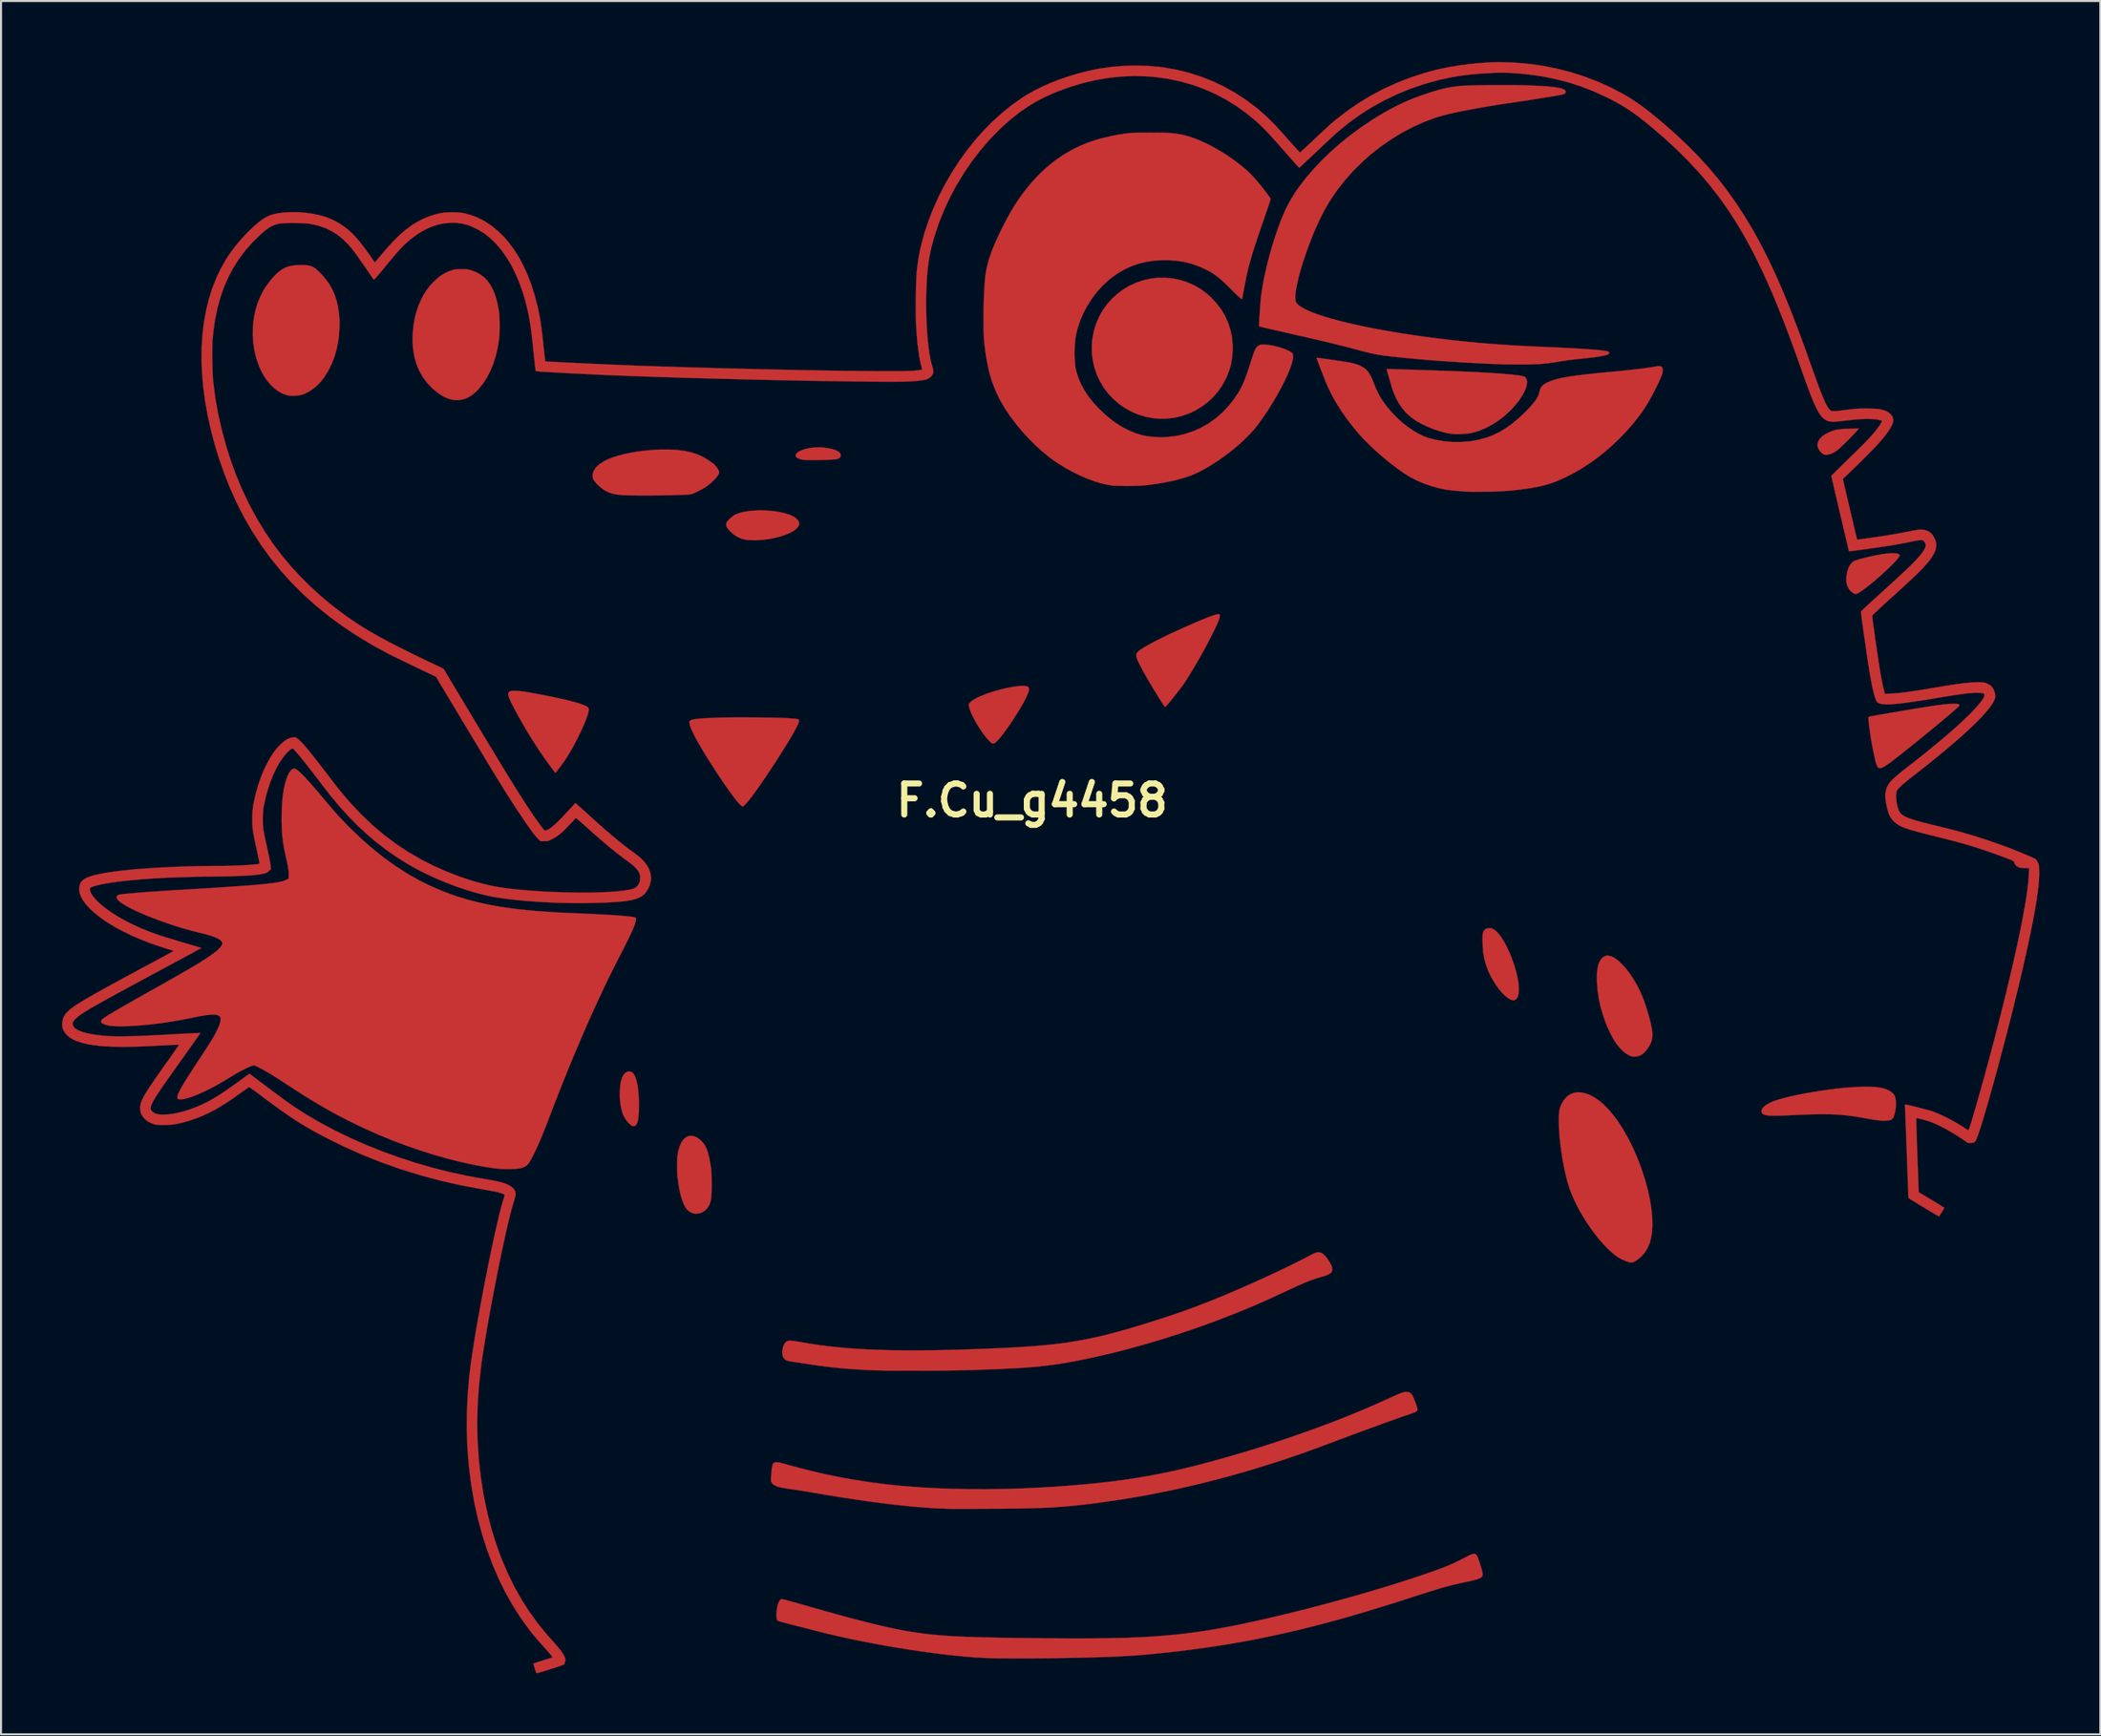
<source format=kicad_pcb>
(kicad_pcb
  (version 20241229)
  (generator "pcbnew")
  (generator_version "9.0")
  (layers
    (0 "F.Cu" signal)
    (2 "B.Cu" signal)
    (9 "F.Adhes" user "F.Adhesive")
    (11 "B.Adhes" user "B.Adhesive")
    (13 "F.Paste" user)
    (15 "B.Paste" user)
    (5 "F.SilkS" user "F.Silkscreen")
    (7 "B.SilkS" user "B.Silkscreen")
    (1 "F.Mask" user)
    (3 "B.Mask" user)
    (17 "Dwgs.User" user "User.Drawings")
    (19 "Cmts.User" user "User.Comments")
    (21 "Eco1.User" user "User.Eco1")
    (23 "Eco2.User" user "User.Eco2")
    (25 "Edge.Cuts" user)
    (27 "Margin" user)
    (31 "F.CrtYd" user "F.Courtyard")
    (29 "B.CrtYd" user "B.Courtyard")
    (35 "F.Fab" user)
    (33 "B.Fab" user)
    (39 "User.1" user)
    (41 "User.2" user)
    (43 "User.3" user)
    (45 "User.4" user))
  (footprint "F.Cu_g4458"
    (layer "F.Cu")
    (at 47.655 36.284)
    (property "Reference" "F.Cu_g4458" (at 0 0 0) (layer "F.SilkS") (effects (font (size 1.524 1.524) (thickness 0.3))))
    (attr through_hole)
    (fp_poly (pts (xy -19.655 13.353) (xy -19.576 13.43) (xy -19.508 13.548) (xy -19.449 13.706) (xy -19.4 13.904) (xy -19.361 14.142) (xy -19.332 14.42) (xy -19.315 14.711) (xy -19.311 14.878) (xy -19.312 15.054) (xy -19.317 15.23) (xy -19.327 15.399) (xy -19.34 15.552) (xy -19.357 15.681) (xy -19.376 15.777) (xy -19.38 15.79) (xy -19.424 15.903) (xy -19.479 15.975) (xy -19.545 16.007) (xy -19.616 16.003) (xy -19.685 15.97) (xy -19.765 15.906) (xy -19.851 15.817) (xy -19.935 15.711) (xy -20.011 15.595) (xy -20.055 15.517) (xy -20.12 15.357) (xy -20.174 15.163) (xy -20.215 14.944) (xy -20.242 14.706) (xy -20.253 14.457) (xy -20.25 14.266) (xy -20.232 14.018) (xy -20.197 13.807) (xy -20.146 13.633) (xy -20.08 13.497) (xy -19.997 13.4) (xy -19.949 13.365) (xy -19.841 13.32) (xy -19.743 13.316) (xy -19.655 13.353)) (stroke (width 0.01) (type solid)) (fill yes) (layer "F.Cu"))
    (fp_poly (pts (xy -10.302 -17.345) (xy -10.213 -17.337) (xy -9.993 -17.305) (xy -9.805 -17.263) (xy -9.65 -17.212) (xy -9.53 -17.153) (xy -9.448 -17.086) (xy -9.404 -17.012) (xy -9.398 -16.968) (xy -9.412 -16.891) (xy -9.455 -16.834) (xy -9.533 -16.791) (xy -9.6 -16.771) (xy -9.655 -16.762) (xy -9.746 -16.754) (xy -9.867 -16.747) (xy -10.011 -16.741) (xy -10.171 -16.736) (xy -10.342 -16.732) (xy -10.516 -16.729) (xy -10.688 -16.728) (xy -10.851 -16.728) (xy -10.998 -16.73) (xy -11.123 -16.733) (xy -11.221 -16.738) (xy -11.282 -16.745) (xy -11.392 -16.772) (xy -11.489 -16.811) (xy -11.563 -16.856) (xy -11.604 -16.904) (xy -11.604 -16.904) (xy -11.615 -16.971) (xy -11.587 -17.037) (xy -11.525 -17.1) (xy -11.433 -17.158) (xy -11.315 -17.212) (xy -11.176 -17.258) (xy -11.02 -17.297) (xy -10.85 -17.326) (xy -10.671 -17.345) (xy -10.487 -17.352) (xy -10.302 -17.345)) (stroke (width 0.01) (type solid)) (fill yes) (layer "F.Cu"))
    (fp_poly (pts (xy 40.61 -18.275) (xy 40.617 -18.274) (xy 40.608 -18.256) (xy 40.572 -18.212) (xy 40.515 -18.147) (xy 40.439 -18.066) (xy 40.349 -17.971) (xy 40.249 -17.867) (xy 40.143 -17.759) (xy 40.035 -17.649) (xy 39.928 -17.544) (xy 39.828 -17.446) (xy 39.737 -17.36) (xy 39.661 -17.289) (xy 39.603 -17.239) (xy 39.601 -17.238) (xy 39.456 -17.134) (xy 39.309 -17.056) (xy 39.167 -17.005) (xy 39.035 -16.984) (xy 38.922 -16.995) (xy 38.912 -16.998) (xy 38.851 -17.031) (xy 38.781 -17.091) (xy 38.712 -17.168) (xy 38.654 -17.251) (xy 38.628 -17.3) (xy 38.592 -17.426) (xy 38.597 -17.552) (xy 38.641 -17.675) (xy 38.724 -17.795) (xy 38.842 -17.907) (xy 38.996 -18.011) (xy 39.105 -18.068) (xy 39.227 -18.122) (xy 39.339 -18.166) (xy 39.449 -18.199) (xy 39.567 -18.223) (xy 39.699 -18.241) (xy 39.855 -18.254) (xy 40.041 -18.263) (xy 40.132 -18.266) (xy 40.269 -18.27) (xy 40.392 -18.273) (xy 40.494 -18.274) (xy 40.569 -18.275) (xy 40.61 -18.275)) (stroke (width 0.01) (type solid)) (fill yes) (layer "F.Cu"))
    (fp_poly (pts (xy -13.07 -14.248) (xy -12.811 -14.229) (xy -12.56 -14.199) (xy -12.322 -14.156) (xy -12.102 -14.102) (xy -11.905 -14.037) (xy -11.738 -13.961) (xy -11.606 -13.874) (xy -11.587 -13.858) (xy -11.496 -13.762) (xy -11.447 -13.669) (xy -11.439 -13.577) (xy -11.473 -13.483) (xy -11.548 -13.384) (xy -11.566 -13.366) (xy -11.684 -13.269) (xy -11.839 -13.177) (xy -12.026 -13.091) (xy -12.238 -13.013) (xy -12.47 -12.944) (xy -12.717 -12.886) (xy -12.973 -12.839) (xy -13.232 -12.807) (xy -13.489 -12.79) (xy -13.652 -12.787) (xy -13.769 -12.79) (xy -13.883 -12.795) (xy -13.981 -12.801) (xy -14.043 -12.808) (xy -14.267 -12.862) (xy -14.48 -12.955) (xy -14.677 -13.085) (xy -14.855 -13.251) (xy -14.967 -13.386) (xy -15.017 -13.483) (xy -15.026 -13.582) (xy -14.999 -13.669) (xy -14.961 -13.723) (xy -14.898 -13.792) (xy -14.821 -13.866) (xy -14.738 -13.937) (xy -14.661 -13.995) (xy -14.626 -14.018) (xy -14.469 -14.091) (xy -14.281 -14.151) (xy -14.068 -14.197) (xy -13.835 -14.229) (xy -13.587 -14.248) (xy -13.33 -14.255) (xy -13.07 -14.248)) (stroke (width 0.01) (type solid)) (fill yes) (layer "F.Cu"))
    (fp_poly (pts (xy 42.356 -12.148) (xy 42.473 -12.137) (xy 42.56 -12.115) (xy 42.614 -12.083) (xy 42.63 -12.047) (xy 42.614 -12) (xy 42.568 -11.93) (xy 42.495 -11.84) (xy 42.399 -11.732) (xy 42.283 -11.611) (xy 42.15 -11.478) (xy 42.004 -11.338) (xy 41.848 -11.192) (xy 41.685 -11.045) (xy 41.519 -10.899) (xy 41.352 -10.757) (xy 41.189 -10.622) (xy 41.032 -10.498) (xy 40.885 -10.386) (xy 40.751 -10.291) (xy 40.64 -10.22) (xy 40.559 -10.173) (xy 40.501 -10.148) (xy 40.456 -10.143) (xy 40.412 -10.155) (xy 40.38 -10.17) (xy 40.246 -10.263) (xy 40.139 -10.387) (xy 40.061 -10.539) (xy 40.036 -10.615) (xy 40.009 -10.768) (xy 40.006 -10.934) (xy 40.025 -11.104) (xy 40.062 -11.271) (xy 40.117 -11.428) (xy 40.186 -11.564) (xy 40.268 -11.674) (xy 40.342 -11.738) (xy 40.405 -11.77) (xy 40.505 -11.807) (xy 40.634 -11.848) (xy 40.789 -11.891) (xy 40.962 -11.935) (xy 41.148 -11.979) (xy 41.342 -12.021) (xy 41.537 -12.06) (xy 41.729 -12.094) (xy 41.87 -12.116) (xy 42.051 -12.138) (xy 42.214 -12.149) (xy 42.356 -12.148)) (stroke (width 0.01) (type solid)) (fill yes) (layer "F.Cu"))
    (fp_poly (pts (xy 22.544 6.279) (xy 22.6 6.289) (xy 22.654 6.315) (xy 22.722 6.359) (xy 22.843 6.462) (xy 22.969 6.604) (xy 23.095 6.781) (xy 23.222 6.99) (xy 23.346 7.228) (xy 23.466 7.492) (xy 23.581 7.779) (xy 23.688 8.084) (xy 23.704 8.134) (xy 23.782 8.401) (xy 23.843 8.655) (xy 23.886 8.892) (xy 23.91 9.109) (xy 23.917 9.303) (xy 23.906 9.47) (xy 23.876 9.608) (xy 23.827 9.714) (xy 23.787 9.761) (xy 23.721 9.806) (xy 23.647 9.819) (xy 23.558 9.801) (xy 23.474 9.765) (xy 23.349 9.686) (xy 23.216 9.573) (xy 23.077 9.43) (xy 22.938 9.263) (xy 22.801 9.076) (xy 22.672 8.876) (xy 22.554 8.668) (xy 22.451 8.456) (xy 22.413 8.369) (xy 22.305 8.074) (xy 22.225 7.784) (xy 22.172 7.488) (xy 22.143 7.175) (xy 22.135 6.921) (xy 22.135 6.784) (xy 22.136 6.682) (xy 22.14 6.606) (xy 22.146 6.55) (xy 22.157 6.506) (xy 22.171 6.466) (xy 22.177 6.452) (xy 22.226 6.367) (xy 22.287 6.313) (xy 22.37 6.285) (xy 22.468 6.277) (xy 22.544 6.279)) (stroke (width 0.01) (type solid)) (fill yes) (layer "F.Cu"))
    (fp_poly (pts (xy -0.347 -5.626) (xy -0.251 -5.609) (xy -0.193 -5.579) (xy -0.159 -5.53) (xy -0.15 -5.461) (xy -0.166 -5.368) (xy -0.207 -5.247) (xy -0.213 -5.232) (xy -0.273 -5.094) (xy -0.353 -4.934) (xy -0.449 -4.757) (xy -0.559 -4.565) (xy -0.68 -4.365) (xy -0.808 -4.16) (xy -0.941 -3.955) (xy -1.075 -3.754) (xy -1.209 -3.561) (xy -1.338 -3.381) (xy -1.461 -3.219) (xy -1.574 -3.079) (xy -1.673 -2.964) (xy -1.758 -2.881) (xy -1.792 -2.852) (xy -1.856 -2.812) (xy -1.91 -2.797) (xy -1.964 -2.809) (xy -2.025 -2.852) (xy -2.104 -2.927) (xy -2.104 -2.927) (xy -2.224 -3.06) (xy -2.348 -3.216) (xy -2.474 -3.391) (xy -2.598 -3.578) (xy -2.716 -3.77) (xy -2.825 -3.963) (xy -2.921 -4.149) (xy -3 -4.323) (xy -3.06 -4.479) (xy -3.096 -4.61) (xy -3.101 -4.639) (xy -3.107 -4.698) (xy -3.1 -4.739) (xy -3.074 -4.781) (xy -3.036 -4.824) (xy -2.949 -4.901) (xy -2.823 -4.982) (xy -2.662 -5.066) (xy -2.47 -5.151) (xy -2.25 -5.236) (xy -2.005 -5.319) (xy -1.739 -5.399) (xy -1.465 -5.473) (xy -1.233 -5.527) (xy -1.014 -5.57) (xy -0.812 -5.602) (xy -0.631 -5.622) (xy -0.475 -5.63) (xy -0.347 -5.626)) (stroke (width 0.01) (type solid)) (fill yes) (layer "F.Cu"))
    (fp_poly (pts (xy -16.641 16.49) (xy -16.535 16.523) (xy -16.426 16.584) (xy -16.305 16.676) (xy -16.302 16.678) (xy -16.202 16.773) (xy -16.114 16.883) (xy -16.038 17.01) (xy -15.972 17.161) (xy -15.914 17.339) (xy -15.861 17.548) (xy -15.814 17.792) (xy -15.786 17.957) (xy -15.772 18.058) (xy -15.76 18.154) (xy -15.752 18.253) (xy -15.746 18.361) (xy -15.742 18.487) (xy -15.74 18.64) (xy -15.739 18.826) (xy -15.739 18.838) (xy -15.739 19.058) (xy -15.743 19.241) (xy -15.751 19.393) (xy -15.762 19.52) (xy -15.779 19.628) (xy -15.802 19.723) (xy -15.831 19.81) (xy -15.863 19.889) (xy -15.947 20.027) (xy -16.059 20.143) (xy -16.191 20.23) (xy -16.336 20.287) (xy -16.489 20.308) (xy -16.613 20.297) (xy -16.739 20.255) (xy -16.86 20.181) (xy -16.952 20.098) (xy -17.037 19.978) (xy -17.117 19.819) (xy -17.192 19.625) (xy -17.259 19.4) (xy -17.319 19.146) (xy -17.37 18.867) (xy -17.41 18.567) (xy -17.411 18.563) (xy -17.427 18.381) (xy -17.437 18.184) (xy -17.44 17.981) (xy -17.437 17.781) (xy -17.429 17.592) (xy -17.414 17.423) (xy -17.394 17.281) (xy -17.378 17.209) (xy -17.308 16.987) (xy -17.225 16.805) (xy -17.129 16.664) (xy -17.02 16.563) (xy -16.899 16.501) (xy -16.764 16.479) (xy -16.753 16.479) (xy -16.641 16.49)) (stroke (width 0.01) (type solid)) (fill yes) (layer "F.Cu"))
    (fp_poly (pts (xy 6.924 -25.65) (xy 7.279 -25.576) (xy 7.624 -25.465) (xy 7.958 -25.318) (xy 8.277 -25.134) (xy 8.577 -24.914) (xy 8.789 -24.726) (xy 9.059 -24.438) (xy 9.29 -24.133) (xy 9.482 -23.812) (xy 9.635 -23.475) (xy 9.749 -23.122) (xy 9.823 -22.755) (xy 9.857 -22.374) (xy 9.857 -22.09) (xy 9.831 -21.757) (xy 9.779 -21.447) (xy 9.696 -21.148) (xy 9.581 -20.848) (xy 9.523 -20.723) (xy 9.344 -20.395) (xy 9.132 -20.092) (xy 8.891 -19.815) (xy 8.624 -19.567) (xy 8.334 -19.349) (xy 8.023 -19.163) (xy 7.695 -19.009) (xy 7.352 -18.891) (xy 6.997 -18.808) (xy 6.634 -18.763) (xy 6.264 -18.758) (xy 5.943 -18.786) (xy 5.57 -18.857) (xy 5.214 -18.966) (xy 4.875 -19.111) (xy 4.557 -19.288) (xy 4.26 -19.496) (xy 3.989 -19.733) (xy 3.743 -19.996) (xy 3.526 -20.284) (xy 3.34 -20.594) (xy 3.186 -20.923) (xy 3.067 -21.27) (xy 2.985 -21.633) (xy 2.943 -21.976) (xy 2.937 -22.359) (xy 2.972 -22.733) (xy 3.046 -23.098) (xy 3.157 -23.45) (xy 3.304 -23.786) (xy 3.486 -24.104) (xy 3.702 -24.402) (xy 3.949 -24.676) (xy 4.227 -24.924) (xy 4.533 -25.144) (xy 4.784 -25.29) (xy 5.126 -25.448) (xy 5.478 -25.566) (xy 5.838 -25.645) (xy 6.2 -25.685) (xy 6.563 -25.686) (xy 6.924 -25.65)) (stroke (width 0.01) (type solid)) (fill yes) (layer "F.Cu"))
    (fp_poly (pts (xy 28.405 7.64) (xy 28.545 7.697) (xy 28.693 7.789) (xy 28.848 7.912) (xy 29.006 8.065) (xy 29.165 8.244) (xy 29.324 8.446) (xy 29.479 8.669) (xy 29.628 8.91) (xy 29.769 9.166) (xy 29.9 9.434) (xy 30.018 9.711) (xy 30.02 9.716) (xy 30.063 9.829) (xy 30.112 9.968) (xy 30.161 10.115) (xy 30.205 10.254) (xy 30.212 10.276) (xy 30.295 10.56) (xy 30.363 10.808) (xy 30.416 11.025) (xy 30.453 11.215) (xy 30.475 11.382) (xy 30.481 11.53) (xy 30.473 11.663) (xy 30.449 11.786) (xy 30.41 11.902) (xy 30.356 12.015) (xy 30.286 12.13) (xy 30.236 12.204) (xy 30.116 12.353) (xy 29.996 12.463) (xy 29.869 12.537) (xy 29.731 12.578) (xy 29.644 12.588) (xy 29.548 12.589) (xy 29.472 12.579) (xy 29.395 12.553) (xy 29.376 12.545) (xy 29.199 12.449) (xy 29.026 12.313) (xy 28.857 12.137) (xy 28.693 11.925) (xy 28.536 11.676) (xy 28.387 11.394) (xy 28.246 11.08) (xy 28.116 10.735) (xy 28.059 10.564) (xy 27.937 10.144) (xy 27.847 9.739) (xy 27.788 9.339) (xy 27.758 8.935) (xy 27.756 8.869) (xy 27.755 8.614) (xy 27.766 8.395) (xy 27.793 8.207) (xy 27.834 8.047) (xy 27.891 7.91) (xy 27.962 7.795) (xy 28.038 7.717) (xy 28.132 7.658) (xy 28.231 7.624) (xy 28.275 7.62) (xy 28.405 7.64)) (stroke (width 0.01) (type solid)) (fill yes) (layer "F.Cu"))
    (fp_poly (pts (xy -35.734 -26.307) (xy -35.585 -26.294) (xy -35.459 -26.267) (xy -35.346 -26.224) (xy -35.238 -26.16) (xy -35.127 -26.071) (xy -35.005 -25.954) (xy -34.93 -25.877) (xy -34.716 -25.634) (xy -34.534 -25.384) (xy -34.383 -25.122) (xy -34.26 -24.844) (xy -34.164 -24.545) (xy -34.093 -24.221) (xy -34.044 -23.868) (xy -34.025 -23.622) (xy -34.021 -23.484) (xy -34.023 -23.317) (xy -34.032 -23.132) (xy -34.045 -22.941) (xy -34.063 -22.756) (xy -34.084 -22.588) (xy -34.091 -22.543) (xy -34.172 -22.152) (xy -34.283 -21.777) (xy -34.422 -21.423) (xy -34.587 -21.094) (xy -34.777 -20.793) (xy -34.939 -20.585) (xy -35.119 -20.396) (xy -35.319 -20.229) (xy -35.53 -20.09) (xy -35.745 -19.984) (xy -35.846 -19.946) (xy -36.001 -19.908) (xy -36.174 -19.887) (xy -36.348 -19.882) (xy -36.507 -19.894) (xy -36.566 -19.905) (xy -36.788 -19.977) (xy -37.003 -20.089) (xy -37.21 -20.237) (xy -37.404 -20.421) (xy -37.585 -20.636) (xy -37.749 -20.881) (xy -37.894 -21.154) (xy -37.974 -21.336) (xy -38.104 -21.708) (xy -38.199 -22.093) (xy -38.26 -22.485) (xy -38.286 -22.88) (xy -38.279 -23.275) (xy -38.238 -23.665) (xy -38.164 -24.045) (xy -38.057 -24.411) (xy -37.917 -24.76) (xy -37.746 -25.086) (xy -37.684 -25.185) (xy -37.487 -25.467) (xy -37.291 -25.707) (xy -37.095 -25.905) (xy -36.9 -26.061) (xy -36.704 -26.175) (xy -36.65 -26.199) (xy -36.497 -26.25) (xy -36.321 -26.285) (xy -36.117 -26.305) (xy -35.915 -26.31) (xy -35.734 -26.307)) (stroke (width 0.01) (type solid)) (fill yes) (layer "F.Cu"))
    (fp_poly (pts (xy 9.185 -9.155) (xy 9.214 -9.135) (xy 9.228 -9.096) (xy 9.225 -9.036) (xy 9.206 -8.952) (xy 9.168 -8.843) (xy 9.112 -8.707) (xy 9.037 -8.54) (xy 8.942 -8.34) (xy 8.853 -8.16) (xy 8.677 -7.817) (xy 8.487 -7.46) (xy 8.287 -7.099) (xy 8.082 -6.741) (xy 7.877 -6.396) (xy 7.678 -6.072) (xy 7.488 -5.778) (xy 7.481 -5.767) (xy 7.422 -5.681) (xy 7.342 -5.572) (xy 7.246 -5.445) (xy 7.139 -5.308) (xy 7.028 -5.165) (xy 6.916 -5.025) (xy 6.808 -4.893) (xy 6.71 -4.775) (xy 6.628 -4.679) (xy 6.565 -4.61) (xy 6.565 -4.61) (xy 6.553 -4.601) (xy 6.54 -4.602) (xy 6.522 -4.614) (xy 6.497 -4.642) (xy 6.463 -4.69) (xy 6.415 -4.761) (xy 6.353 -4.858) (xy 6.272 -4.986) (xy 6.208 -5.088) (xy 6.03 -5.376) (xy 5.86 -5.658) (xy 5.7 -5.931) (xy 5.553 -6.187) (xy 5.423 -6.422) (xy 5.313 -6.63) (xy 5.276 -6.703) (xy 5.205 -6.852) (xy 5.156 -6.972) (xy 5.128 -7.068) (xy 5.122 -7.145) (xy 5.135 -7.209) (xy 5.167 -7.266) (xy 5.184 -7.287) (xy 5.252 -7.35) (xy 5.357 -7.427) (xy 5.497 -7.517) (xy 5.671 -7.618) (xy 5.874 -7.731) (xy 6.107 -7.853) (xy 6.365 -7.983) (xy 6.648 -8.121) (xy 6.953 -8.264) (xy 7.176 -8.366) (xy 7.54 -8.53) (xy 7.869 -8.675) (xy 8.162 -8.801) (xy 8.419 -8.908) (xy 8.64 -8.997) (xy 8.825 -9.066) (xy 8.973 -9.116) (xy 9.085 -9.146) (xy 9.159 -9.158) (xy 9.185 -9.155)) (stroke (width 0.01) (type solid)) (fill yes) (layer "F.Cu"))
    (fp_poly (pts (xy -28.025 -26.108) (xy -27.901 -26.108) (xy -27.809 -26.105) (xy -27.737 -26.098) (xy -27.673 -26.087) (xy -27.607 -26.069) (xy -27.528 -26.042) (xy -27.517 -26.038) (xy -27.279 -25.942) (xy -27.076 -25.827) (xy -26.9 -25.689) (xy -26.759 -25.541) (xy -26.614 -25.338) (xy -26.486 -25.1) (xy -26.376 -24.827) (xy -26.286 -24.523) (xy -26.216 -24.192) (xy -26.191 -24.035) (xy -26.176 -23.894) (xy -26.165 -23.722) (xy -26.158 -23.53) (xy -26.155 -23.329) (xy -26.157 -23.13) (xy -26.163 -22.944) (xy -26.173 -22.782) (xy -26.181 -22.701) (xy -26.251 -22.263) (xy -26.347 -21.85) (xy -26.468 -21.462) (xy -26.615 -21.103) (xy -26.786 -20.773) (xy -26.98 -20.476) (xy -27.196 -20.212) (xy -27.316 -20.09) (xy -27.501 -19.932) (xy -27.685 -19.813) (xy -27.872 -19.732) (xy -28.069 -19.686) (xy -28.194 -19.673) (xy -28.335 -19.673) (xy -28.464 -19.686) (xy -28.504 -19.694) (xy -28.73 -19.765) (xy -28.96 -19.876) (xy -29.189 -20.024) (xy -29.416 -20.207) (xy -29.488 -20.273) (xy -29.73 -20.532) (xy -29.936 -20.813) (xy -30.107 -21.118) (xy -30.242 -21.444) (xy -30.342 -21.794) (xy -30.405 -22.165) (xy -30.433 -22.558) (xy -30.43 -22.86) (xy -30.399 -23.268) (xy -30.338 -23.651) (xy -30.246 -24.016) (xy -30.121 -24.369) (xy -30.014 -24.611) (xy -29.877 -24.873) (xy -29.728 -25.104) (xy -29.559 -25.317) (xy -29.402 -25.486) (xy -29.213 -25.661) (xy -29.03 -25.802) (xy -28.843 -25.915) (xy -28.644 -26.006) (xy -28.49 -26.059) (xy -28.419 -26.08) (xy -28.352 -26.094) (xy -28.278 -26.103) (xy -28.188 -26.107) (xy -28.069 -26.108) (xy -28.025 -26.108)) (stroke (width 0.01) (type solid)) (fill yes) (layer "F.Cu"))
    (fp_poly (pts (xy -25.382 -5.385) (xy -25.301 -5.384) (xy -25.216 -5.379) (xy -25.123 -5.371) (xy -25.018 -5.358) (xy -24.898 -5.341) (xy -24.758 -5.318) (xy -24.594 -5.289) (xy -24.403 -5.254) (xy -24.18 -5.211) (xy -23.922 -5.16) (xy -23.774 -5.13) (xy -23.448 -5.064) (xy -23.16 -5.002) (xy -22.906 -4.945) (xy -22.683 -4.89) (xy -22.485 -4.837) (xy -22.31 -4.786) (xy -22.168 -4.739) (xy -22.024 -4.687) (xy -21.918 -4.642) (xy -21.844 -4.598) (xy -21.799 -4.55) (xy -21.778 -4.494) (xy -21.778 -4.425) (xy -21.794 -4.338) (xy -21.802 -4.305) (xy -21.848 -4.154) (xy -21.913 -3.974) (xy -21.996 -3.77) (xy -22.093 -3.548) (xy -22.203 -3.314) (xy -22.321 -3.073) (xy -22.445 -2.832) (xy -22.572 -2.597) (xy -22.7 -2.372) (xy -22.826 -2.165) (xy -22.877 -2.085) (xy -22.921 -2.018) (xy -22.98 -1.934) (xy -23.048 -1.839) (xy -23.121 -1.739) (xy -23.195 -1.639) (xy -23.264 -1.546) (xy -23.326 -1.465) (xy -23.375 -1.402) (xy -23.408 -1.364) (xy -23.418 -1.355) (xy -23.432 -1.371) (xy -23.468 -1.416) (xy -23.521 -1.486) (xy -23.588 -1.576) (xy -23.666 -1.681) (xy -23.711 -1.741) (xy -23.985 -2.124) (xy -24.266 -2.538) (xy -24.547 -2.974) (xy -24.823 -3.424) (xy -25.088 -3.878) (xy -25.337 -4.327) (xy -25.503 -4.643) (xy -25.589 -4.813) (xy -25.654 -4.951) (xy -25.699 -5.061) (xy -25.726 -5.148) (xy -25.735 -5.215) (xy -25.728 -5.268) (xy -25.706 -5.311) (xy -25.684 -5.336) (xy -25.658 -5.358) (xy -25.63 -5.372) (xy -25.591 -5.381) (xy -25.532 -5.385) (xy -25.445 -5.386) (xy -25.382 -5.385)) (stroke (width 0.01) (type solid)) (fill yes) (layer "F.Cu"))
    (fp_poly (pts (xy 41.132 14.069) (xy 41.382 14.08) (xy 41.598 14.101) (xy 41.766 14.131) (xy 41.954 14.186) (xy 42.116 14.258) (xy 42.247 14.345) (xy 42.342 14.445) (xy 42.376 14.5) (xy 42.418 14.617) (xy 42.442 14.764) (xy 42.448 14.932) (xy 42.436 15.113) (xy 42.407 15.298) (xy 42.378 15.417) (xy 42.34 15.532) (xy 42.299 15.613) (xy 42.25 15.667) (xy 42.211 15.692) (xy 42.157 15.709) (xy 42.074 15.723) (xy 41.973 15.733) (xy 41.869 15.738) (xy 41.774 15.736) (xy 41.751 15.735) (xy 41.514 15.71) (xy 41.269 15.675) (xy 41.002 15.63) (xy 40.884 15.608) (xy 40.631 15.562) (xy 40.388 15.522) (xy 40.149 15.489) (xy 39.91 15.463) (xy 39.667 15.442) (xy 39.414 15.428) (xy 39.149 15.419) (xy 38.864 15.417) (xy 38.558 15.419) (xy 38.224 15.427) (xy 37.858 15.44) (xy 37.456 15.458) (xy 37.349 15.463) (xy 37.061 15.476) (xy 36.813 15.486) (xy 36.602 15.491) (xy 36.423 15.492) (xy 36.275 15.488) (xy 36.155 15.479) (xy 36.058 15.464) (xy 35.984 15.445) (xy 35.928 15.419) (xy 35.888 15.387) (xy 35.86 15.348) (xy 35.848 15.32) (xy 35.839 15.236) (xy 35.871 15.149) (xy 35.941 15.061) (xy 36.047 14.974) (xy 36.188 14.889) (xy 36.362 14.808) (xy 36.486 14.76) (xy 36.705 14.689) (xy 36.962 14.617) (xy 37.255 14.545) (xy 37.58 14.474) (xy 37.934 14.404) (xy 38.312 14.337) (xy 38.713 14.273) (xy 39.105 14.216) (xy 39.489 14.167) (xy 39.858 14.127) (xy 40.211 14.098) (xy 40.543 14.078) (xy 40.851 14.069) (xy 41.132 14.069)) (stroke (width 0.01) (type solid)) (fill yes) (layer "F.Cu"))
    (fp_poly (pts (xy 26.995 14.35) (xy 27.125 14.375) (xy 27.362 14.453) (xy 27.6 14.573) (xy 27.839 14.733) (xy 28.078 14.933) (xy 28.316 15.173) (xy 28.551 15.45) (xy 28.785 15.766) (xy 29.015 16.117) (xy 29.232 16.491) (xy 29.442 16.894) (xy 29.64 17.325) (xy 29.824 17.775) (xy 29.99 18.234) (xy 30.136 18.695) (xy 30.258 19.148) (xy 30.353 19.584) (xy 30.383 19.753) (xy 30.442 20.166) (xy 30.474 20.547) (xy 30.481 20.896) (xy 30.461 21.214) (xy 30.414 21.503) (xy 30.342 21.763) (xy 30.242 21.994) (xy 30.117 22.199) (xy 30.079 22.249) (xy 29.975 22.367) (xy 29.862 22.475) (xy 29.746 22.568) (xy 29.633 22.642) (xy 29.531 22.69) (xy 29.445 22.71) (xy 29.433 22.71) (xy 29.386 22.702) (xy 29.312 22.681) (xy 29.223 22.651) (xy 29.163 22.629) (xy 29.018 22.568) (xy 28.892 22.506) (xy 28.774 22.433) (xy 28.65 22.344) (xy 28.514 22.234) (xy 28.285 22.026) (xy 28.051 21.781) (xy 27.817 21.507) (xy 27.585 21.209) (xy 27.36 20.892) (xy 27.145 20.563) (xy 26.945 20.228) (xy 26.764 19.891) (xy 26.604 19.559) (xy 26.47 19.238) (xy 26.394 19.026) (xy 26.3 18.709) (xy 26.212 18.359) (xy 26.131 17.984) (xy 26.06 17.594) (xy 25.998 17.198) (xy 25.949 16.803) (xy 25.912 16.419) (xy 25.89 16.055) (xy 25.883 15.748) (xy 25.885 15.557) (xy 25.893 15.4) (xy 25.906 15.268) (xy 25.928 15.155) (xy 25.959 15.052) (xy 26.001 14.951) (xy 26.038 14.876) (xy 26.153 14.693) (xy 26.287 14.547) (xy 26.438 14.44) (xy 26.608 14.371) (xy 26.793 14.341) (xy 26.995 14.35)) (stroke (width 0.01) (type solid)) (fill yes) (layer "F.Cu"))
    (fp_poly (pts (xy 45.439 -4.747) (xy 45.49 -4.741) (xy 45.522 -4.731) (xy 45.543 -4.715) (xy 45.565 -4.689) (xy 45.563 -4.665) (xy 45.533 -4.628) (xy 45.528 -4.623) (xy 45.479 -4.575) (xy 45.4 -4.503) (xy 45.294 -4.409) (xy 45.163 -4.296) (xy 45.011 -4.166) (xy 44.84 -4.022) (xy 44.653 -3.866) (xy 44.454 -3.7) (xy 44.244 -3.527) (xy 44.028 -3.349) (xy 43.807 -3.168) (xy 43.585 -2.988) (xy 43.365 -2.809) (xy 43.149 -2.636) (xy 42.941 -2.469) (xy 42.743 -2.312) (xy 42.558 -2.167) (xy 42.389 -2.035) (xy 42.312 -1.976) (xy 42.142 -1.848) (xy 42 -1.747) (xy 41.883 -1.673) (xy 41.787 -1.622) (xy 41.71 -1.594) (xy 41.648 -1.588) (xy 41.598 -1.601) (xy 41.558 -1.633) (xy 41.558 -1.633) (xy 41.53 -1.673) (xy 41.502 -1.733) (xy 41.473 -1.817) (xy 41.441 -1.929) (xy 41.407 -2.073) (xy 41.368 -2.252) (xy 41.328 -2.445) (xy 41.291 -2.637) (xy 41.255 -2.835) (xy 41.222 -3.033) (xy 41.191 -3.228) (xy 41.163 -3.415) (xy 41.139 -3.588) (xy 41.119 -3.744) (xy 41.105 -3.879) (xy 41.096 -3.986) (xy 41.094 -4.063) (xy 41.098 -4.103) (xy 41.101 -4.108) (xy 41.125 -4.115) (xy 41.186 -4.127) (xy 41.277 -4.145) (xy 41.395 -4.167) (xy 41.534 -4.192) (xy 41.689 -4.219) (xy 41.762 -4.232) (xy 42.193 -4.306) (xy 42.584 -4.373) (xy 42.939 -4.433) (xy 43.259 -4.487) (xy 43.546 -4.534) (xy 43.803 -4.576) (xy 44.033 -4.612) (xy 44.237 -4.643) (xy 44.417 -4.669) (xy 44.577 -4.691) (xy 44.718 -4.709) (xy 44.842 -4.723) (xy 44.953 -4.734) (xy 45.052 -4.742) (xy 45.141 -4.746) (xy 45.223 -4.749) (xy 45.248 -4.749) (xy 45.361 -4.75) (xy 45.439 -4.747)) (stroke (width 0.01) (type solid)) (fill yes) (layer "F.Cu"))
    (fp_poly (pts (xy -17.421 -17.222) (xy -17.063 -17.175) (xy -16.734 -17.102) (xy -16.435 -17.004) (xy -16.162 -16.881) (xy -15.915 -16.731) (xy -15.852 -16.686) (xy -15.782 -16.635) (xy -15.721 -16.592) (xy -15.68 -16.566) (xy -15.675 -16.563) (xy -15.628 -16.527) (xy -15.569 -16.465) (xy -15.506 -16.388) (xy -15.448 -16.308) (xy -15.404 -16.235) (xy -15.385 -16.191) (xy -15.372 -16.135) (xy -15.373 -16.091) (xy -15.393 -16.04) (xy -15.411 -16.005) (xy -15.458 -15.933) (xy -15.533 -15.844) (xy -15.626 -15.745) (xy -15.731 -15.644) (xy -15.839 -15.548) (xy -15.944 -15.465) (xy -15.984 -15.436) (xy -16.097 -15.364) (xy -16.235 -15.286) (xy -16.382 -15.208) (xy -16.526 -15.138) (xy -16.655 -15.083) (xy -16.701 -15.066) (xy -16.737 -15.054) (xy -16.779 -15.044) (xy -16.831 -15.036) (xy -16.897 -15.03) (xy -16.983 -15.024) (xy -17.094 -15.019) (xy -17.235 -15.014) (xy -17.411 -15.009) (xy -17.515 -15.006) (xy -17.714 -15.002) (xy -17.93 -14.998) (xy -18.159 -14.995) (xy -18.397 -14.993) (xy -18.638 -14.992) (xy -18.878 -14.991) (xy -19.113 -14.991) (xy -19.337 -14.991) (xy -19.546 -14.993) (xy -19.735 -14.995) (xy -19.9 -14.998) (xy -20.035 -15.001) (xy -20.137 -15.005) (xy -20.189 -15.009) (xy -20.431 -15.04) (xy -20.639 -15.086) (xy -20.82 -15.147) (xy -20.979 -15.227) (xy -21.029 -15.258) (xy -21.13 -15.332) (xy -21.236 -15.42) (xy -21.338 -15.515) (xy -21.428 -15.609) (xy -21.5 -15.696) (xy -21.545 -15.766) (xy -21.547 -15.771) (xy -21.586 -15.906) (xy -21.585 -16.042) (xy -21.544 -16.178) (xy -21.465 -16.311) (xy -21.349 -16.44) (xy -21.198 -16.563) (xy -21.011 -16.679) (xy -20.859 -16.755) (xy -20.617 -16.852) (xy -20.339 -16.941) (xy -20.03 -17.021) (xy -19.695 -17.09) (xy -19.341 -17.148) (xy -18.972 -17.194) (xy -18.593 -17.226) (xy -18.235 -17.244) (xy -17.811 -17.245) (xy -17.421 -17.222)) (stroke (width 0.01) (type solid)) (fill yes) (layer "F.Cu"))
    (fp_poly (pts (xy 17.508 -21.2) (xy 17.604 -21.198) (xy 17.731 -21.194) (xy 17.886 -21.19) (xy 18.065 -21.184) (xy 18.266 -21.178) (xy 18.483 -21.171) (xy 18.715 -21.164) (xy 18.957 -21.156) (xy 19.205 -21.148) (xy 19.457 -21.139) (xy 19.708 -21.131) (xy 19.955 -21.122) (xy 20.194 -21.114) (xy 20.423 -21.106) (xy 20.636 -21.099) (xy 20.832 -21.092) (xy 21.005 -21.086) (xy 21.153 -21.08) (xy 21.272 -21.075) (xy 21.359 -21.072) (xy 21.368 -21.071) (xy 21.785 -21.051) (xy 22.173 -21.03) (xy 22.533 -21.008) (xy 22.862 -20.986) (xy 23.158 -20.963) (xy 23.421 -20.941) (xy 23.649 -20.918) (xy 23.841 -20.896) (xy 23.995 -20.874) (xy 24.111 -20.852) (xy 24.185 -20.83) (xy 24.2 -20.824) (xy 24.259 -20.77) (xy 24.3 -20.685) (xy 24.319 -20.576) (xy 24.32 -20.542) (xy 24.302 -20.396) (xy 24.252 -20.231) (xy 24.171 -20.05) (xy 24.062 -19.858) (xy 23.927 -19.658) (xy 23.768 -19.455) (xy 23.589 -19.253) (xy 23.495 -19.156) (xy 23.214 -18.898) (xy 22.914 -18.667) (xy 22.601 -18.465) (xy 22.28 -18.296) (xy 21.954 -18.163) (xy 21.631 -18.067) (xy 21.573 -18.054) (xy 21.446 -18.033) (xy 21.291 -18.017) (xy 21.123 -18.005) (xy 20.953 -18) (xy 20.795 -18) (xy 20.66 -18.008) (xy 20.616 -18.013) (xy 20.337 -18.064) (xy 20.044 -18.141) (xy 19.746 -18.239) (xy 19.453 -18.356) (xy 19.172 -18.487) (xy 18.914 -18.63) (xy 18.687 -18.78) (xy 18.637 -18.817) (xy 18.407 -19.02) (xy 18.199 -19.258) (xy 18.016 -19.525) (xy 17.86 -19.818) (xy 17.733 -20.134) (xy 17.72 -20.172) (xy 17.694 -20.256) (xy 17.662 -20.361) (xy 17.626 -20.48) (xy 17.589 -20.608) (xy 17.551 -20.738) (xy 17.515 -20.864) (xy 17.483 -20.979) (xy 17.457 -21.076) (xy 17.438 -21.149) (xy 17.428 -21.193) (xy 17.427 -21.201) (xy 17.448 -21.202) (xy 17.508 -21.2)) (stroke (width 0.01) (type solid)) (fill yes) (layer "F.Cu"))
    (fp_poly (pts (xy -13.902 -4.08) (xy -13.625 -4.078) (xy -13.351 -4.076) (xy -13.086 -4.073) (xy -12.835 -4.069) (xy -12.602 -4.064) (xy -12.395 -4.059) (xy -12.217 -4.053) (xy -12.073 -4.047) (xy -12.023 -4.044) (xy -11.846 -4.032) (xy -11.708 -4.021) (xy -11.604 -4.01) (xy -11.53 -3.996) (xy -11.481 -3.979) (xy -11.454 -3.957) (xy -11.444 -3.928) (xy -11.447 -3.892) (xy -11.459 -3.846) (xy -11.461 -3.842) (xy -11.493 -3.758) (xy -11.547 -3.643) (xy -11.623 -3.497) (xy -11.718 -3.325) (xy -11.832 -3.129) (xy -11.961 -2.911) (xy -12.106 -2.674) (xy -12.264 -2.42) (xy -12.433 -2.153) (xy -12.613 -1.874) (xy -12.801 -1.587) (xy -12.996 -1.294) (xy -13.047 -1.217) (xy -13.261 -0.903) (xy -13.453 -0.626) (xy -13.625 -0.386) (xy -13.776 -0.182) (xy -13.907 -0.014) (xy -14.017 0.117) (xy -14.107 0.212) (xy -14.177 0.272) (xy -14.227 0.296) (xy -14.234 0.296) (xy -14.257 0.282) (xy -14.301 0.244) (xy -14.356 0.19) (xy -14.372 0.175) (xy -14.46 0.077) (xy -14.566 -0.053) (xy -14.688 -0.212) (xy -14.824 -0.396) (xy -14.97 -0.602) (xy -15.125 -0.824) (xy -15.285 -1.06) (xy -15.449 -1.305) (xy -15.613 -1.555) (xy -15.775 -1.808) (xy -15.933 -2.057) (xy -16.083 -2.301) (xy -16.224 -2.534) (xy -16.352 -2.754) (xy -16.466 -2.955) (xy -16.562 -3.135) (xy -16.602 -3.213) (xy -16.681 -3.375) (xy -16.74 -3.509) (xy -16.783 -3.619) (xy -16.812 -3.714) (xy -16.825 -3.774) (xy -16.834 -3.839) (xy -16.83 -3.879) (xy -16.809 -3.909) (xy -16.801 -3.916) (xy -16.764 -3.941) (xy -16.709 -3.963) (xy -16.631 -3.982) (xy -16.529 -3.999) (xy -16.399 -4.014) (xy -16.238 -4.028) (xy -16.044 -4.041) (xy -15.814 -4.053) (xy -15.544 -4.065) (xy -15.505 -4.066) (xy -15.349 -4.071) (xy -15.16 -4.075) (xy -14.943 -4.078) (xy -14.703 -4.08) (xy -14.447 -4.08) (xy -14.178 -4.081) (xy -13.902 -4.08)) (stroke (width 0.01) (type solid)) (fill yes) (layer "F.Cu"))
    (fp_poly (pts (xy 18.509 29.076) (xy 18.596 29.122) (xy 18.666 29.2) (xy 18.697 29.255) (xy 18.737 29.339) (xy 18.781 29.443) (xy 18.826 29.557) (xy 18.868 29.669) (xy 18.903 29.77) (xy 18.927 29.849) (xy 18.933 29.88) (xy 18.937 29.941) (xy 18.922 29.988) (xy 18.883 30.027) (xy 18.814 30.063) (xy 18.711 30.102) (xy 18.687 30.11) (xy 18.537 30.16) (xy 18.352 30.224) (xy 18.134 30.3) (xy 17.888 30.387) (xy 17.618 30.484) (xy 17.328 30.588) (xy 17.022 30.699) (xy 16.703 30.815) (xy 16.375 30.935) (xy 16.042 31.058) (xy 15.709 31.181) (xy 15.378 31.304) (xy 15.054 31.425) (xy 14.838 31.507) (xy 14.31 31.704) (xy 13.818 31.885) (xy 13.358 32.051) (xy 12.926 32.203) (xy 12.52 32.342) (xy 12.171 32.458) (xy 10.859 32.87) (xy 9.558 33.241) (xy 8.267 33.574) (xy 6.983 33.869) (xy 5.703 34.126) (xy 4.425 34.345) (xy 3.147 34.528) (xy 3.111 34.533) (xy 2.809 34.571) (xy 2.522 34.605) (xy 2.245 34.636) (xy 1.975 34.663) (xy 1.709 34.687) (xy 1.443 34.709) (xy 1.173 34.728) (xy 0.895 34.744) (xy 0.606 34.758) (xy 0.302 34.769) (xy -0.021 34.779) (xy -0.366 34.787) (xy -0.737 34.794) (xy -1.138 34.799) (xy -1.573 34.803) (xy -2.044 34.805) (xy -2.233 34.806) (xy -2.505 34.807) (xy -2.77 34.808) (xy -3.023 34.809) (xy -3.262 34.809) (xy -3.481 34.809) (xy -3.679 34.809) (xy -3.85 34.809) (xy -3.99 34.808) (xy -4.098 34.808) (xy -4.167 34.807) (xy -4.18 34.806) (xy -4.712 34.784) (xy -5.282 34.747) (xy -5.89 34.696) (xy -6.536 34.63) (xy -7.218 34.551) (xy -7.935 34.457) (xy -8.688 34.35) (xy -9.474 34.229) (xy -10.294 34.094) (xy -10.636 34.035) (xy -10.828 34.002) (xy -11.026 33.969) (xy -11.221 33.937) (xy -11.405 33.908) (xy -11.569 33.882) (xy -11.704 33.862) (xy -11.748 33.856) (xy -11.972 33.824) (xy -12.158 33.794) (xy -12.311 33.765) (xy -12.436 33.736) (xy -12.535 33.705) (xy -12.615 33.672) (xy -12.679 33.634) (xy -12.732 33.59) (xy -12.772 33.548) (xy -12.795 33.518) (xy -12.811 33.486) (xy -12.821 33.446) (xy -12.825 33.391) (xy -12.824 33.315) (xy -12.818 33.21) (xy -12.807 33.071) (xy -12.806 33.052) (xy -12.79 32.887) (xy -12.773 32.76) (xy -12.752 32.667) (xy -12.728 32.603) (xy -12.699 32.564) (xy -12.629 32.529) (xy -12.528 32.52) (xy -12.396 32.537) (xy -12.298 32.561) (xy -11.802 32.698) (xy -11.339 32.822) (xy -10.901 32.934) (xy -10.482 33.035) (xy -10.074 33.126) (xy -9.671 33.21) (xy -9.266 33.288) (xy -8.851 33.361) (xy -8.419 33.431) (xy -7.964 33.5) (xy -7.918 33.507) (xy -7.201 33.6) (xy -6.448 33.678) (xy -5.663 33.741) (xy -4.847 33.789) (xy -4.006 33.823) (xy -3.142 33.841) (xy -2.258 33.844) (xy -1.359 33.832) (xy -0.447 33.804) (xy 0.475 33.761) (xy 1.402 33.703) (xy 1.778 33.675) (xy 2.514 33.614) (xy 3.214 33.545) (xy 3.885 33.469) (xy 4.532 33.383) (xy 5.162 33.288) (xy 5.78 33.183) (xy 6.393 33.065) (xy 7.008 32.934) (xy 7.629 32.79) (xy 8.263 32.63) (xy 8.562 32.552) (xy 9.473 32.3) (xy 10.383 32.035) (xy 11.288 31.757) (xy 12.182 31.467) (xy 13.062 31.168) (xy 13.924 30.86) (xy 14.763 30.546) (xy 15.574 30.227) (xy 16.354 29.904) (xy 17.098 29.579) (xy 17.411 29.437) (xy 17.619 29.341) (xy 17.792 29.263) (xy 17.936 29.2) (xy 18.054 29.152) (xy 18.15 29.115) (xy 18.229 29.089) (xy 18.294 29.073) (xy 18.349 29.064) (xy 18.397 29.062) (xy 18.509 29.076)) (stroke (width 0.01) (type solid)) (fill yes) (layer "F.Cu"))
    (fp_poly (pts (xy 14.15 22.213) (xy 14.237 22.243) (xy 14.32 22.298) (xy 14.404 22.381) (xy 14.494 22.495) (xy 14.592 22.645) (xy 14.614 22.681) (xy 14.674 22.783) (xy 14.713 22.86) (xy 14.736 22.924) (xy 14.747 22.983) (xy 14.749 22.999) (xy 14.748 23.081) (xy 14.728 23.15) (xy 14.685 23.209) (xy 14.616 23.263) (xy 14.516 23.313) (xy 14.382 23.363) (xy 14.21 23.415) (xy 14.2 23.418) (xy 14.062 23.458) (xy 13.932 23.498) (xy 13.805 23.541) (xy 13.675 23.587) (xy 13.539 23.64) (xy 13.391 23.701) (xy 13.227 23.771) (xy 13.041 23.854) (xy 12.83 23.951) (xy 12.587 24.064) (xy 12.467 24.12) (xy 12.098 24.292) (xy 11.759 24.448) (xy 11.442 24.591) (xy 11.14 24.724) (xy 10.844 24.852) (xy 10.549 24.976) (xy 10.245 25.101) (xy 9.925 25.229) (xy 9.79 25.283) (xy 8.951 25.605) (xy 8.1 25.913) (xy 7.24 26.204) (xy 6.379 26.478) (xy 5.519 26.733) (xy 4.668 26.968) (xy 3.829 27.18) (xy 3.008 27.369) (xy 2.211 27.533) (xy 1.662 27.634) (xy 1.419 27.674) (xy 1.175 27.711) (xy 0.926 27.745) (xy 0.671 27.777) (xy 0.405 27.806) (xy 0.127 27.833) (xy -0.167 27.857) (xy -0.48 27.88) (xy -0.815 27.9) (xy -1.174 27.92) (xy -1.56 27.938) (xy -1.977 27.955) (xy -2.427 27.971) (xy -2.914 27.987) (xy -3.439 28.002) (xy -3.498 28.003) (xy -3.633 28.006) (xy -3.803 28.009) (xy -4.003 28.011) (xy -4.228 28.014) (xy -4.474 28.015) (xy -4.736 28.017) (xy -5.01 28.018) (xy -5.291 28.019) (xy -5.575 28.02) (xy -5.856 28.02) (xy -6.131 28.02) (xy -6.395 28.02) (xy -6.643 28.019) (xy -6.871 28.018) (xy -7.074 28.017) (xy -7.247 28.015) (xy -7.387 28.013) (xy -7.472 28.01) (xy -7.994 27.991) (xy -8.482 27.966) (xy -8.944 27.936) (xy -9.39 27.898) (xy -9.828 27.854) (xy -10.266 27.801) (xy -10.712 27.739) (xy -10.848 27.718) (xy -11.022 27.692) (xy -11.197 27.666) (xy -11.366 27.64) (xy -11.52 27.617) (xy -11.649 27.598) (xy -11.741 27.584) (xy -11.875 27.562) (xy -11.984 27.538) (xy -12.062 27.515) (xy -12.091 27.502) (xy -12.182 27.425) (xy -12.242 27.321) (xy -12.27 27.189) (xy -12.266 27.032) (xy -12.258 26.977) (xy -12.221 26.826) (xy -12.166 26.703) (xy -12.096 26.615) (xy -12.066 26.591) (xy -12.024 26.568) (xy -11.975 26.553) (xy -11.914 26.546) (xy -11.834 26.547) (xy -11.732 26.556) (xy -11.602 26.575) (xy -11.44 26.602) (xy -11.294 26.628) (xy -10.872 26.7) (xy -10.435 26.765) (xy -9.982 26.823) (xy -9.51 26.873) (xy -9.019 26.916) (xy -8.505 26.952) (xy -7.968 26.98) (xy -7.405 27.001) (xy -6.815 27.016) (xy -6.196 27.023) (xy -5.547 27.023) (xy -4.865 27.016) (xy -4.148 27.002) (xy -3.396 26.982) (xy -2.605 26.955) (xy -1.775 26.921) (xy -1.598 26.913) (xy -1.037 26.886) (xy -0.512 26.856) (xy -0.017 26.822) (xy 0.451 26.784) (xy 0.898 26.741) (xy 1.327 26.691) (xy 1.744 26.635) (xy 2.153 26.57) (xy 2.558 26.497) (xy 2.965 26.415) (xy 3.377 26.322) (xy 3.8 26.218) (xy 4.237 26.102) (xy 4.694 25.974) (xy 5.175 25.831) (xy 5.685 25.675) (xy 6.227 25.502) (xy 6.392 25.449) (xy 6.796 25.317) (xy 7.178 25.187) (xy 7.548 25.057) (xy 7.916 24.922) (xy 8.293 24.779) (xy 8.69 24.624) (xy 9.049 24.479) (xy 9.479 24.302) (xy 9.926 24.113) (xy 10.384 23.915) (xy 10.846 23.711) (xy 11.307 23.502) (xy 11.763 23.292) (xy 12.206 23.084) (xy 12.631 22.879) (xy 13.033 22.681) (xy 13.405 22.491) (xy 13.711 22.331) (xy 13.817 22.276) (xy 13.896 22.239) (xy 13.957 22.217) (xy 14.009 22.206) (xy 14.056 22.204) (xy 14.15 22.213)) (stroke (width 0.01) (type solid)) (fill yes) (layer "F.Cu"))
    (fp_poly (pts (xy 14 -21.752) (xy 14.059 -21.746) (xy 14.149 -21.735) (xy 14.265 -21.719) (xy 14.402 -21.701) (xy 14.553 -21.679) (xy 14.713 -21.656) (xy 14.878 -21.632) (xy 15.042 -21.608) (xy 15.199 -21.584) (xy 15.343 -21.561) (xy 15.471 -21.541) (xy 15.575 -21.523) (xy 15.652 -21.509) (xy 15.674 -21.505) (xy 15.91 -21.444) (xy 16.109 -21.37) (xy 16.275 -21.281) (xy 16.413 -21.175) (xy 16.484 -21.102) (xy 16.555 -21.005) (xy 16.63 -20.874) (xy 16.708 -20.714) (xy 16.785 -20.53) (xy 16.815 -20.453) (xy 16.901 -20.236) (xy 16.988 -20.045) (xy 17.085 -19.866) (xy 17.198 -19.683) (xy 17.226 -19.641) (xy 17.431 -19.358) (xy 17.66 -19.087) (xy 17.907 -18.83) (xy 18.167 -18.591) (xy 18.438 -18.374) (xy 18.712 -18.183) (xy 18.987 -18.021) (xy 19.257 -17.893) (xy 19.474 -17.814) (xy 19.865 -17.715) (xy 20.271 -17.648) (xy 20.684 -17.615) (xy 21.099 -17.616) (xy 21.509 -17.649) (xy 21.906 -17.716) (xy 22.285 -17.815) (xy 22.346 -17.835) (xy 22.665 -17.958) (xy 22.975 -18.11) (xy 23.281 -18.294) (xy 23.585 -18.512) (xy 23.892 -18.767) (xy 24.205 -19.06) (xy 24.237 -19.091) (xy 24.423 -19.283) (xy 24.577 -19.454) (xy 24.7 -19.608) (xy 24.796 -19.746) (xy 24.865 -19.874) (xy 24.911 -19.993) (xy 24.933 -20.086) (xy 24.967 -20.216) (xy 25.026 -20.326) (xy 25.116 -20.419) (xy 25.241 -20.502) (xy 25.34 -20.551) (xy 25.463 -20.602) (xy 25.597 -20.65) (xy 25.747 -20.695) (xy 25.915 -20.737) (xy 26.103 -20.777) (xy 26.315 -20.816) (xy 26.553 -20.853) (xy 26.819 -20.89) (xy 27.117 -20.927) (xy 27.449 -20.964) (xy 27.819 -21.002) (xy 28.215 -21.04) (xy 28.617 -21.078) (xy 28.98 -21.113) (xy 29.304 -21.147) (xy 29.594 -21.178) (xy 29.85 -21.208) (xy 30.075 -21.237) (xy 30.273 -21.265) (xy 30.444 -21.291) (xy 30.584 -21.316) (xy 30.724 -21.338) (xy 30.83 -21.343) (xy 30.905 -21.328) (xy 30.953 -21.291) (xy 30.979 -21.231) (xy 30.988 -21.145) (xy 30.988 -21.137) (xy 30.983 -21.068) (xy 30.966 -20.987) (xy 30.937 -20.892) (xy 30.892 -20.777) (xy 30.831 -20.637) (xy 30.752 -20.469) (xy 30.68 -20.32) (xy 30.527 -20.02) (xy 30.383 -19.752) (xy 30.242 -19.508) (xy 30.099 -19.28) (xy 29.949 -19.059) (xy 29.795 -18.849) (xy 29.498 -18.477) (xy 29.168 -18.105) (xy 28.813 -17.739) (xy 28.441 -17.389) (xy 28.061 -17.063) (xy 27.719 -16.796) (xy 27.341 -16.53) (xy 26.959 -16.285) (xy 26.577 -16.066) (xy 26.198 -15.873) (xy 25.829 -15.709) (xy 25.473 -15.577) (xy 25.164 -15.485) (xy 24.87 -15.418) (xy 24.541 -15.357) (xy 24.183 -15.302) (xy 23.802 -15.255) (xy 23.406 -15.217) (xy 23.16 -15.199) (xy 23.037 -15.192) (xy 22.882 -15.185) (xy 22.705 -15.179) (xy 22.512 -15.174) (xy 22.311 -15.17) (xy 22.112 -15.167) (xy 21.922 -15.165) (xy 21.748 -15.165) (xy 21.6 -15.165) (xy 21.485 -15.168) (xy 21.474 -15.168) (xy 21.318 -15.177) (xy 21.141 -15.189) (xy 20.953 -15.205) (xy 20.765 -15.223) (xy 20.586 -15.243) (xy 20.427 -15.262) (xy 20.299 -15.281) (xy 20.286 -15.284) (xy 19.932 -15.359) (xy 19.572 -15.462) (xy 19.218 -15.589) (xy 18.881 -15.735) (xy 18.57 -15.897) (xy 18.5 -15.938) (xy 18.244 -16.102) (xy 17.971 -16.294) (xy 17.685 -16.51) (xy 17.394 -16.744) (xy 17.103 -16.99) (xy 16.82 -17.243) (xy 16.551 -17.498) (xy 16.303 -17.748) (xy 16.088 -17.981) (xy 15.78 -18.347) (xy 15.489 -18.724) (xy 15.219 -19.108) (xy 14.974 -19.493) (xy 14.757 -19.872) (xy 14.573 -20.24) (xy 14.509 -20.384) (xy 14.474 -20.466) (xy 14.431 -20.571) (xy 14.381 -20.695) (xy 14.327 -20.832) (xy 14.27 -20.976) (xy 14.213 -21.122) (xy 14.158 -21.264) (xy 14.106 -21.398) (xy 14.06 -21.518) (xy 14.023 -21.619) (xy 13.995 -21.695) (xy 13.979 -21.741) (xy 13.977 -21.752) (xy 14 -21.752)) (stroke (width 0.01) (type solid)) (fill yes) (layer "F.Cu"))
    (fp_poly (pts (xy 21.801 37.045) (xy 21.831 37.069) (xy 21.857 37.11) (xy 21.891 37.183) (xy 21.93 37.282) (xy 21.972 37.399) (xy 22.014 37.526) (xy 22.054 37.654) (xy 22.089 37.777) (xy 22.117 37.886) (xy 22.135 37.973) (xy 22.14 38.027) (xy 22.134 38.083) (xy 22.112 38.132) (xy 22.072 38.176) (xy 22.009 38.215) (xy 21.919 38.253) (xy 21.8 38.291) (xy 21.647 38.33) (xy 21.457 38.373) (xy 21.393 38.387) (xy 21.201 38.428) (xy 21.025 38.466) (xy 20.86 38.504) (xy 20.701 38.541) (xy 20.545 38.58) (xy 20.388 38.622) (xy 20.224 38.667) (xy 20.05 38.717) (xy 19.861 38.774) (xy 19.654 38.838) (xy 19.422 38.91) (xy 19.163 38.993) (xy 18.872 39.086) (xy 18.595 39.176) (xy 17.825 39.423) (xy 17.09 39.652) (xy 16.385 39.866) (xy 15.707 40.066) (xy 15.05 40.252) (xy 14.413 40.425) (xy 13.789 40.587) (xy 13.176 40.739) (xy 12.569 40.881) (xy 11.965 41.016) (xy 11.358 41.143) (xy 10.973 41.22) (xy 10.408 41.327) (xy 9.82 41.43) (xy 9.213 41.528) (xy 8.596 41.621) (xy 7.974 41.707) (xy 7.354 41.787) (xy 6.741 41.858) (xy 6.142 41.921) (xy 5.564 41.975) (xy 5.012 42.019) (xy 4.492 42.051) (xy 4.371 42.057) (xy 4 42.074) (xy 3.592 42.089) (xy 3.155 42.103) (xy 2.694 42.116) (xy 2.214 42.127) (xy 1.723 42.137) (xy 1.226 42.145) (xy 0.729 42.152) (xy 0.238 42.156) (xy -0.241 42.159) (xy -0.702 42.16) (xy -1.139 42.159) (xy -1.546 42.155) (xy -1.916 42.15) (xy -1.926 42.15) (xy -2.337 42.136) (xy -2.785 42.11) (xy -3.264 42.072) (xy -3.772 42.023) (xy -4.303 41.965) (xy -4.854 41.896) (xy -5.421 41.819) (xy -5.999 41.733) (xy -6.585 41.639) (xy -7.173 41.539) (xy -7.761 41.432) (xy -8.344 41.319) (xy -8.918 41.202) (xy -9.479 41.079) (xy -10.022 40.953) (xy -10.544 40.824) (xy -10.763 40.767) (xy -10.924 40.725) (xy -11.113 40.676) (xy -11.318 40.623) (xy -11.527 40.569) (xy -11.726 40.519) (xy -11.843 40.489) (xy -11.996 40.45) (xy -12.137 40.413) (xy -12.261 40.381) (xy -12.361 40.353) (xy -12.432 40.333) (xy -12.469 40.321) (xy -12.472 40.32) (xy -12.511 40.288) (xy -12.538 40.236) (xy -12.552 40.159) (xy -12.557 40.048) (xy -12.557 40.013) (xy -12.541 39.769) (xy -12.5 39.554) (xy -12.463 39.438) (xy -12.416 39.336) (xy -12.366 39.273) (xy -12.309 39.245) (xy -12.287 39.243) (xy -12.255 39.249) (xy -12.188 39.265) (xy -12.089 39.291) (xy -11.963 39.325) (xy -11.815 39.365) (xy -11.649 39.412) (xy -11.471 39.463) (xy -11.392 39.485) (xy -10.773 39.662) (xy -10.192 39.826) (xy -9.649 39.977) (xy -9.142 40.115) (xy -8.669 40.241) (xy -8.229 40.355) (xy -7.821 40.457) (xy -7.443 40.548) (xy -7.095 40.628) (xy -6.774 40.698) (xy -6.479 40.757) (xy -6.21 40.807) (xy -6.149 40.817) (xy -5.936 40.852) (xy -5.727 40.885) (xy -5.521 40.914) (xy -5.315 40.942) (xy -5.106 40.967) (xy -4.893 40.991) (xy -4.672 41.012) (xy -4.442 41.031) (xy -4.201 41.049) (xy -3.945 41.065) (xy -3.673 41.079) (xy -3.381 41.092) (xy -3.069 41.104) (xy -2.734 41.115) (xy -2.372 41.125) (xy -1.982 41.133) (xy -1.562 41.142) (xy -1.108 41.149) (xy -0.62 41.156) (xy -0.093 41.163) (xy 0.473 41.169) (xy 0.476 41.169) (xy 1.17 41.175) (xy 1.823 41.179) (xy 2.44 41.179) (xy 3.023 41.176) (xy 3.574 41.17) (xy 4.097 41.16) (xy 4.593 41.147) (xy 5.066 41.13) (xy 5.518 41.108) (xy 5.952 41.083) (xy 6.37 41.053) (xy 6.776 41.018) (xy 7.172 40.979) (xy 7.56 40.934) (xy 7.944 40.885) (xy 8.326 40.831) (xy 8.709 40.771) (xy 9.095 40.705) (xy 9.487 40.634) (xy 9.79 40.576) (xy 10.361 40.46) (xy 10.96 40.332) (xy 11.582 40.192) (xy 12.222 40.041) (xy 12.877 39.881) (xy 13.541 39.714) (xy 14.211 39.539) (xy 14.881 39.36) (xy 15.547 39.175) (xy 16.205 38.988) (xy 16.851 38.799) (xy 17.479 38.61) (xy 18.085 38.421) (xy 18.665 38.234) (xy 19.214 38.05) (xy 19.728 37.87) (xy 19.96 37.786) (xy 20.177 37.705) (xy 20.374 37.628) (xy 20.561 37.549) (xy 20.746 37.466) (xy 20.939 37.374) (xy 21.147 37.269) (xy 21.381 37.148) (xy 21.442 37.116) (xy 21.565 37.057) (xy 21.663 37.026) (xy 21.74 37.022) (xy 21.801 37.045)) (stroke (width 0.01) (type solid)) (fill yes) (layer "F.Cu"))
    (fp_poly (pts (xy 23.497 -35.153) (xy 23.739 -35.151) (xy 23.964 -35.148) (xy 24.167 -35.145) (xy 24.343 -35.14) (xy 24.383 -35.139) (xy 24.732 -35.124) (xy 25.04 -35.108) (xy 25.309 -35.089) (xy 25.54 -35.067) (xy 25.735 -35.042) (xy 25.894 -35.014) (xy 26.021 -34.982) (xy 26.115 -34.947) (xy 26.179 -34.908) (xy 26.214 -34.864) (xy 26.221 -34.838) (xy 26.211 -34.774) (xy 26.161 -34.725) (xy 26.082 -34.693) (xy 26.033 -34.682) (xy 25.946 -34.665) (xy 25.826 -34.643) (xy 25.677 -34.617) (xy 25.503 -34.588) (xy 25.31 -34.557) (xy 25.101 -34.523) (xy 24.88 -34.488) (xy 24.652 -34.452) (xy 24.422 -34.416) (xy 24.193 -34.381) (xy 23.97 -34.348) (xy 23.791 -34.322) (xy 23.274 -34.245) (xy 22.782 -34.168) (xy 22.317 -34.092) (xy 21.881 -34.016) (xy 21.475 -33.941) (xy 21.101 -33.868) (xy 20.761 -33.796) (xy 20.457 -33.727) (xy 20.191 -33.66) (xy 19.964 -33.596) (xy 19.875 -33.568) (xy 19.311 -33.361) (xy 18.755 -33.116) (xy 18.213 -32.833) (xy 17.686 -32.515) (xy 17.177 -32.165) (xy 16.689 -31.785) (xy 16.225 -31.377) (xy 15.787 -30.943) (xy 15.379 -30.485) (xy 15.003 -30.006) (xy 14.663 -29.509) (xy 14.501 -29.244) (xy 14.365 -29.003) (xy 14.23 -28.741) (xy 14.095 -28.462) (xy 13.963 -28.17) (xy 13.833 -27.869) (xy 13.708 -27.56) (xy 13.589 -27.248) (xy 13.476 -26.936) (xy 13.371 -26.628) (xy 13.274 -26.326) (xy 13.187 -26.035) (xy 13.111 -25.756) (xy 13.048 -25.495) (xy 12.997 -25.254) (xy 12.961 -25.036) (xy 12.94 -24.845) (xy 12.935 -24.685) (xy 12.948 -24.557) (xy 12.955 -24.528) (xy 13 -24.44) (xy 13.085 -24.35) (xy 13.21 -24.257) (xy 13.373 -24.163) (xy 13.572 -24.067) (xy 13.806 -23.97) (xy 14.073 -23.873) (xy 14.372 -23.775) (xy 14.701 -23.677) (xy 15.059 -23.58) (xy 15.444 -23.483) (xy 15.856 -23.388) (xy 16.292 -23.294) (xy 16.75 -23.202) (xy 17.23 -23.112) (xy 17.73 -23.024) (xy 18.249 -22.94) (xy 18.784 -22.859) (xy 19.335 -22.781) (xy 19.9 -22.708) (xy 20.477 -22.639) (xy 20.86 -22.596) (xy 21.379 -22.542) (xy 21.885 -22.494) (xy 22.386 -22.451) (xy 22.888 -22.412) (xy 23.4 -22.377) (xy 23.929 -22.345) (xy 24.481 -22.316) (xy 25.065 -22.29) (xy 25.347 -22.278) (xy 25.693 -22.264) (xy 26.03 -22.248) (xy 26.354 -22.232) (xy 26.663 -22.215) (xy 26.954 -22.197) (xy 27.224 -22.179) (xy 27.47 -22.162) (xy 27.689 -22.144) (xy 27.88 -22.127) (xy 28.037 -22.11) (xy 28.16 -22.094) (xy 28.245 -22.079) (xy 28.273 -22.071) (xy 28.336 -22.038) (xy 28.362 -21.997) (xy 28.348 -21.954) (xy 28.304 -21.92) (xy 28.23 -21.892) (xy 28.115 -21.863) (xy 27.963 -21.832) (xy 27.775 -21.802) (xy 27.554 -21.771) (xy 27.301 -21.741) (xy 27.02 -21.712) (xy 26.966 -21.706) (xy 26.709 -21.68) (xy 26.477 -21.653) (xy 26.25 -21.621) (xy 26.013 -21.584) (xy 25.866 -21.56) (xy 25.606 -21.518) (xy 25.356 -21.486) (xy 25.107 -21.46) (xy 24.85 -21.442) (xy 24.577 -21.43) (xy 24.279 -21.425) (xy 23.948 -21.424) (xy 23.939 -21.424) (xy 23.758 -21.426) (xy 23.584 -21.427) (xy 23.422 -21.429) (xy 23.281 -21.43) (xy 23.164 -21.432) (xy 23.08 -21.434) (xy 23.04 -21.435) (xy 22.461 -21.459) (xy 21.917 -21.484) (xy 21.399 -21.51) (xy 20.899 -21.54) (xy 20.41 -21.572) (xy 19.923 -21.608) (xy 19.431 -21.647) (xy 18.925 -21.692) (xy 18.398 -21.741) (xy 17.842 -21.797) (xy 17.78 -21.803) (xy 17.522 -21.831) (xy 17.293 -21.859) (xy 17.085 -21.89) (xy 16.886 -21.925) (xy 16.685 -21.967) (xy 16.473 -22.016) (xy 16.239 -22.077) (xy 16.044 -22.129) (xy 15.849 -22.182) (xy 15.65 -22.235) (xy 15.444 -22.288) (xy 15.227 -22.344) (xy 14.996 -22.401) (xy 14.747 -22.462) (xy 14.477 -22.527) (xy 14.182 -22.596) (xy 13.859 -22.672) (xy 13.505 -22.754) (xy 13.115 -22.843) (xy 12.764 -22.923) (xy 12.51 -22.981) (xy 12.269 -23.036) (xy 12.044 -23.088) (xy 11.837 -23.135) (xy 11.651 -23.178) (xy 11.49 -23.216) (xy 11.357 -23.247) (xy 11.256 -23.271) (xy 11.188 -23.287) (xy 11.158 -23.295) (xy 11.157 -23.296) (xy 11.155 -23.319) (xy 11.156 -23.379) (xy 11.159 -23.47) (xy 11.165 -23.585) (xy 11.172 -23.719) (xy 11.181 -23.866) (xy 11.191 -24.02) (xy 11.202 -24.175) (xy 11.213 -24.326) (xy 11.224 -24.466) (xy 11.234 -24.59) (xy 11.243 -24.692) (xy 11.251 -24.765) (xy 11.323 -25.242) (xy 11.418 -25.744) (xy 11.534 -26.264) (xy 11.67 -26.794) (xy 11.823 -27.326) (xy 11.958 -27.75) (xy 12.086 -28.125) (xy 12.213 -28.464) (xy 12.339 -28.774) (xy 12.468 -29.06) (xy 12.603 -29.327) (xy 12.747 -29.584) (xy 12.903 -29.834) (xy 13.073 -30.085) (xy 13.091 -30.11) (xy 13.435 -30.563) (xy 13.817 -31.011) (xy 14.234 -31.453) (xy 14.683 -31.885) (xy 15.159 -32.303) (xy 15.66 -32.706) (xy 16.181 -33.089) (xy 16.719 -33.449) (xy 17.27 -33.784) (xy 17.584 -33.959) (xy 17.932 -34.141) (xy 18.273 -34.303) (xy 18.62 -34.453) (xy 18.984 -34.593) (xy 19.378 -34.731) (xy 19.389 -34.735) (xy 19.669 -34.825) (xy 19.919 -34.901) (xy 20.148 -34.962) (xy 20.364 -35.011) (xy 20.576 -35.051) (xy 20.793 -35.082) (xy 21.024 -35.108) (xy 21.124 -35.117) (xy 21.227 -35.124) (xy 21.368 -35.13) (xy 21.54 -35.135) (xy 21.741 -35.14) (xy 21.963 -35.144) (xy 22.204 -35.148) (xy 22.457 -35.15) (xy 22.718 -35.152) (xy 22.981 -35.153) (xy 23.242 -35.153) (xy 23.497 -35.153)) (stroke (width 0.01) (type solid)) (fill yes) (layer "F.Cu"))
    (fp_poly (pts (xy 5.831 -32.818) (xy 6.087 -32.817) (xy 6.306 -32.815) (xy 6.494 -32.811) (xy 6.658 -32.805) (xy 6.804 -32.796) (xy 6.937 -32.784) (xy 7.063 -32.768) (xy 7.189 -32.748) (xy 7.32 -32.724) (xy 7.387 -32.711) (xy 7.675 -32.639) (xy 7.983 -32.536) (xy 8.307 -32.404) (xy 8.642 -32.247) (xy 8.983 -32.067) (xy 9.325 -31.866) (xy 9.663 -31.649) (xy 9.992 -31.416) (xy 10.308 -31.171) (xy 10.588 -30.932) (xy 10.733 -30.794) (xy 10.891 -30.627) (xy 11.064 -30.429) (xy 11.255 -30.198) (xy 11.463 -29.932) (xy 11.544 -29.825) (xy 11.617 -29.728) (xy 11.667 -29.658) (xy 11.698 -29.608) (xy 11.714 -29.571) (xy 11.717 -29.541) (xy 11.714 -29.519) (xy 11.703 -29.481) (xy 11.681 -29.409) (xy 11.648 -29.311) (xy 11.608 -29.191) (xy 11.563 -29.058) (xy 11.531 -28.967) (xy 11.397 -28.578) (xy 11.275 -28.225) (xy 11.167 -27.906) (xy 11.069 -27.617) (xy 10.982 -27.354) (xy 10.904 -27.114) (xy 10.835 -26.895) (xy 10.774 -26.692) (xy 10.719 -26.502) (xy 10.67 -26.322) (xy 10.625 -26.149) (xy 10.584 -25.979) (xy 10.546 -25.809) (xy 10.51 -25.636) (xy 10.474 -25.456) (xy 10.438 -25.266) (xy 10.404 -25.078) (xy 10.381 -24.95) (xy 10.361 -24.837) (xy 10.345 -24.745) (xy 10.334 -24.681) (xy 10.329 -24.651) (xy 10.329 -24.649) (xy 10.321 -24.635) (xy 10.295 -24.642) (xy 10.25 -24.673) (xy 10.183 -24.729) (xy 10.094 -24.811) (xy 9.98 -24.921) (xy 9.84 -25.06) (xy 9.791 -25.109) (xy 9.599 -25.301) (xy 9.428 -25.463) (xy 9.275 -25.602) (xy 9.133 -25.72) (xy 8.997 -25.822) (xy 8.863 -25.912) (xy 8.726 -25.994) (xy 8.595 -26.064) (xy 8.232 -26.232) (xy 7.868 -26.363) (xy 7.497 -26.458) (xy 7.113 -26.52) (xy 6.709 -26.548) (xy 6.519 -26.551) (xy 6.084 -26.533) (xy 5.67 -26.478) (xy 5.275 -26.387) (xy 4.898 -26.259) (xy 4.536 -26.093) (xy 4.188 -25.888) (xy 3.852 -25.643) (xy 3.765 -25.572) (xy 3.471 -25.301) (xy 3.197 -24.997) (xy 2.945 -24.666) (xy 2.72 -24.313) (xy 2.524 -23.945) (xy 2.361 -23.566) (xy 2.234 -23.182) (xy 2.159 -22.871) (xy 2.129 -22.681) (xy 2.108 -22.466) (xy 2.095 -22.236) (xy 2.09 -21.999) (xy 2.094 -21.765) (xy 2.107 -21.543) (xy 2.127 -21.34) (xy 2.156 -21.167) (xy 2.169 -21.114) (xy 2.272 -20.779) (xy 2.408 -20.456) (xy 2.579 -20.141) (xy 2.787 -19.832) (xy 3.033 -19.526) (xy 3.319 -19.22) (xy 3.321 -19.218) (xy 3.663 -18.9) (xy 4.012 -18.623) (xy 4.367 -18.388) (xy 4.729 -18.195) (xy 5.097 -18.043) (xy 5.413 -17.947) (xy 5.6 -17.909) (xy 5.816 -17.879) (xy 6.049 -17.86) (xy 6.287 -17.85) (xy 6.518 -17.852) (xy 6.679 -17.861) (xy 7.113 -17.918) (xy 7.531 -18.014) (xy 7.931 -18.148) (xy 8.314 -18.32) (xy 8.678 -18.528) (xy 9.022 -18.774) (xy 9.345 -19.054) (xy 9.645 -19.37) (xy 9.923 -19.72) (xy 10.106 -19.992) (xy 10.179 -20.111) (xy 10.246 -20.23) (xy 10.31 -20.355) (xy 10.372 -20.491) (xy 10.435 -20.641) (xy 10.5 -20.811) (xy 10.57 -21.005) (xy 10.646 -21.228) (xy 10.729 -21.485) (xy 10.783 -21.654) (xy 10.847 -21.85) (xy 10.904 -22.01) (xy 10.956 -22.136) (xy 11.008 -22.232) (xy 11.062 -22.303) (xy 11.122 -22.351) (xy 11.19 -22.382) (xy 11.27 -22.397) (xy 11.365 -22.403) (xy 11.409 -22.403) (xy 11.556 -22.394) (xy 11.721 -22.37) (xy 11.897 -22.335) (xy 12.076 -22.291) (xy 12.252 -22.239) (xy 12.416 -22.182) (xy 12.56 -22.121) (xy 12.679 -22.061) (xy 12.763 -22.002) (xy 12.769 -21.996) (xy 12.802 -21.96) (xy 12.82 -21.92) (xy 12.826 -21.862) (xy 12.827 -21.813) (xy 12.814 -21.681) (xy 12.777 -21.519) (xy 12.718 -21.33) (xy 12.637 -21.117) (xy 12.538 -20.884) (xy 12.421 -20.634) (xy 12.288 -20.37) (xy 12.141 -20.096) (xy 11.982 -19.815) (xy 11.812 -19.529) (xy 11.633 -19.244) (xy 11.446 -18.96) (xy 11.254 -18.683) (xy 11.09 -18.457) (xy 10.891 -18.21) (xy 10.658 -17.956) (xy 10.395 -17.698) (xy 10.109 -17.441) (xy 9.805 -17.189) (xy 9.489 -16.946) (xy 9.165 -16.716) (xy 8.839 -16.503) (xy 8.518 -16.311) (xy 8.205 -16.145) (xy 7.907 -16.008) (xy 7.761 -15.95) (xy 7.485 -15.857) (xy 7.175 -15.77) (xy 6.838 -15.69) (xy 6.481 -15.618) (xy 6.113 -15.557) (xy 5.741 -15.507) (xy 5.408 -15.474) (xy 5.295 -15.466) (xy 5.152 -15.461) (xy 4.986 -15.457) (xy 4.806 -15.456) (xy 4.621 -15.455) (xy 4.44 -15.457) (xy 4.271 -15.46) (xy 4.122 -15.465) (xy 4.003 -15.472) (xy 3.958 -15.475) (xy 3.675 -15.518) (xy 3.369 -15.591) (xy 3.046 -15.69) (xy 2.711 -15.815) (xy 2.369 -15.962) (xy 2.026 -16.129) (xy 1.686 -16.314) (xy 1.355 -16.515) (xy 1.038 -16.729) (xy 0.882 -16.844) (xy 0.534 -17.124) (xy 0.19 -17.433) (xy -0.146 -17.767) (xy -0.468 -18.118) (xy -0.771 -18.481) (xy -1.051 -18.851) (xy -1.302 -19.221) (xy -1.52 -19.586) (xy -1.598 -19.732) (xy -1.74 -20.022) (xy -1.864 -20.314) (xy -1.973 -20.614) (xy -2.068 -20.926) (xy -2.15 -21.256) (xy -2.221 -21.611) (xy -2.283 -21.995) (xy -2.337 -22.416) (xy -2.343 -22.468) (xy -2.357 -22.629) (xy -2.368 -22.826) (xy -2.376 -23.053) (xy -2.381 -23.306) (xy -2.383 -23.576) (xy -2.382 -23.86) (xy -2.378 -24.151) (xy -2.372 -24.443) (xy -2.362 -24.73) (xy -2.35 -25.007) (xy -2.336 -25.267) (xy -2.319 -25.505) (xy -2.306 -25.654) (xy -2.274 -25.91) (xy -2.226 -26.168) (xy -2.161 -26.433) (xy -2.078 -26.708) (xy -1.974 -26.999) (xy -1.85 -27.309) (xy -1.703 -27.642) (xy -1.532 -28.002) (xy -1.447 -28.173) (xy -1.249 -28.557) (xy -1.054 -28.907) (xy -0.86 -29.231) (xy -0.659 -29.538) (xy -0.45 -29.833) (xy -0.401 -29.898) (xy -0.05 -30.334) (xy 0.32 -30.736) (xy 0.709 -31.103) (xy 1.116 -31.433) (xy 1.538 -31.726) (xy 1.975 -31.981) (xy 2.398 -32.184) (xy 2.68 -32.3) (xy 2.958 -32.4) (xy 3.241 -32.489) (xy 3.542 -32.569) (xy 3.87 -32.643) (xy 4 -32.669) (xy 4.184 -32.705) (xy 4.348 -32.734) (xy 4.5 -32.758) (xy 4.647 -32.778) (xy 4.796 -32.792) (xy 4.952 -32.803) (xy 5.122 -32.81) (xy 5.314 -32.815) (xy 5.534 -32.817) (xy 5.789 -32.818) (xy 5.831 -32.818)) (stroke (width 0.01) (type solid)) (fill yes) (layer "F.Cu"))
    (fp_poly (pts (xy -36.186 -1.551) (xy -36.171 -1.544) (xy -36.101 -1.497) (xy -36.007 -1.418) (xy -35.889 -1.307) (xy -35.75 -1.165) (xy -35.59 -0.994) (xy -35.411 -0.794) (xy -35.212 -0.567) (xy -34.996 -0.314) (xy -34.822 -0.106) (xy -34.62 0.135) (xy -34.439 0.348) (xy -34.273 0.54) (xy -34.117 0.715) (xy -33.965 0.881) (xy -33.813 1.042) (xy -33.655 1.205) (xy -33.517 1.344) (xy -32.965 1.873) (xy -32.406 2.363) (xy -31.842 2.814) (xy -31.271 3.224) (xy -30.696 3.594) (xy -30.118 3.922) (xy -29.559 4.197) (xy -29.104 4.396) (xy -28.646 4.576) (xy -28.182 4.737) (xy -27.707 4.88) (xy -27.218 5.007) (xy -26.711 5.118) (xy -26.181 5.215) (xy -25.624 5.298) (xy -25.036 5.368) (xy -24.413 5.426) (xy -24.119 5.449) (xy -23.953 5.461) (xy -23.81 5.471) (xy -23.684 5.48) (xy -23.569 5.488) (xy -23.46 5.495) (xy -23.35 5.501) (xy -23.232 5.507) (xy -23.102 5.513) (xy -22.953 5.52) (xy -22.779 5.528) (xy -22.575 5.537) (xy -22.363 5.546) (xy -21.905 5.566) (xy -21.485 5.586) (xy -21.104 5.606) (xy -20.762 5.626) (xy -20.459 5.645) (xy -20.196 5.665) (xy -19.973 5.683) (xy -19.791 5.702) (xy -19.649 5.72) (xy -19.549 5.738) (xy -19.49 5.755) (xy -19.479 5.762) (xy -19.459 5.795) (xy -19.455 5.849) (xy -19.467 5.927) (xy -19.496 6.03) (xy -19.541 6.159) (xy -19.605 6.315) (xy -19.687 6.5) (xy -19.788 6.715) (xy -19.909 6.962) (xy -20.049 7.242) (xy -20.21 7.556) (xy -20.287 7.703) (xy -20.584 8.285) (xy -20.888 8.904) (xy -21.199 9.558) (xy -21.515 10.243) (xy -21.835 10.957) (xy -22.156 11.696) (xy -22.479 12.457) (xy -22.8 13.236) (xy -23.12 14.031) (xy -23.436 14.838) (xy -23.594 15.251) (xy -23.72 15.579) (xy -23.833 15.871) (xy -23.936 16.133) (xy -24.03 16.366) (xy -24.117 16.577) (xy -24.198 16.769) (xy -24.276 16.946) (xy -24.352 17.112) (xy -24.428 17.272) (xy -24.505 17.43) (xy -24.512 17.444) (xy -24.594 17.603) (xy -24.664 17.729) (xy -24.727 17.826) (xy -24.789 17.9) (xy -24.855 17.956) (xy -24.929 18) (xy -25.017 18.038) (xy -25.104 18.067) (xy -25.178 18.082) (xy -25.287 18.095) (xy -25.421 18.104) (xy -25.574 18.11) (xy -25.738 18.112) (xy -25.903 18.111) (xy -26.063 18.106) (xy -26.208 18.097) (xy -26.31 18.087) (xy -26.89 18.003) (xy -27.496 17.891) (xy -28.123 17.752) (xy -28.766 17.589) (xy -29.42 17.401) (xy -30.082 17.192) (xy -30.746 16.961) (xy -31.407 16.712) (xy -32.061 16.444) (xy -32.703 16.159) (xy -32.713 16.155) (xy -33.16 15.945) (xy -33.586 15.736) (xy -33.998 15.524) (xy -34.403 15.307) (xy -34.807 15.08) (xy -35.216 14.839) (xy -35.639 14.58) (xy -36.08 14.301) (xy -36.491 14.033) (xy -36.776 13.847) (xy -37.03 13.683) (xy -37.255 13.541) (xy -37.456 13.418) (xy -37.634 13.313) (xy -37.794 13.222) (xy -37.939 13.146) (xy -37.991 13.119) (xy -38.085 13.072) (xy -38.152 13.042) (xy -38.199 13.026) (xy -38.236 13.022) (xy -38.273 13.026) (xy -38.308 13.035) (xy -38.373 13.057) (xy -38.466 13.096) (xy -38.579 13.147) (xy -38.705 13.208) (xy -38.835 13.274) (xy -38.961 13.341) (xy -39.075 13.405) (xy -39.127 13.436) (xy -39.342 13.568) (xy -39.527 13.679) (xy -39.685 13.774) (xy -39.823 13.855) (xy -39.944 13.925) (xy -40.053 13.987) (xy -40.156 14.043) (xy -40.257 14.096) (xy -40.362 14.15) (xy -40.428 14.183) (xy -40.725 14.327) (xy -40.992 14.446) (xy -41.234 14.542) (xy -41.453 14.617) (xy -41.515 14.636) (xy -41.634 14.664) (xy -41.747 14.682) (xy -41.846 14.689) (xy -41.923 14.683) (xy -41.968 14.665) (xy -41.969 14.664) (xy -41.988 14.633) (xy -41.995 14.59) (xy -41.987 14.532) (xy -41.965 14.458) (xy -41.927 14.366) (xy -41.872 14.254) (xy -41.8 14.12) (xy -41.709 13.962) (xy -41.598 13.779) (xy -41.467 13.569) (xy -41.314 13.329) (xy -41.138 13.059) (xy -40.958 12.785) (xy -40.802 12.548) (xy -40.667 12.343) (xy -40.552 12.165) (xy -40.453 12.011) (xy -40.369 11.876) (xy -40.296 11.758) (xy -40.233 11.653) (xy -40.178 11.556) (xy -40.128 11.463) (xy -40.08 11.372) (xy -40.057 11.327) (xy -39.981 11.169) (xy -39.927 11.038) (xy -39.891 10.928) (xy -39.872 10.832) (xy -39.868 10.756) (xy -39.871 10.684) (xy -39.885 10.638) (xy -39.914 10.605) (xy -39.917 10.603) (xy -39.972 10.568) (xy -40.039 10.542) (xy -40.122 10.526) (xy -40.224 10.52) (xy -40.348 10.525) (xy -40.497 10.54) (xy -40.675 10.565) (xy -40.884 10.602) (xy -41.129 10.649) (xy -41.36 10.697) (xy -41.685 10.763) (xy -42.019 10.823) (xy -42.357 10.878) (xy -42.696 10.928) (xy -43.033 10.972) (xy -43.365 11.01) (xy -43.686 11.042) (xy -43.995 11.067) (xy -44.287 11.084) (xy -44.558 11.095) (xy -44.807 11.098) (xy -45.027 11.094) (xy -45.217 11.081) (xy -45.373 11.06) (xy -45.489 11.031) (xy -45.605 10.987) (xy -45.684 10.948) (xy -45.728 10.909) (xy -45.743 10.867) (xy -45.731 10.817) (xy -45.721 10.797) (xy -45.703 10.774) (xy -45.671 10.744) (xy -45.621 10.705) (xy -45.553 10.658) (xy -45.465 10.6) (xy -45.355 10.531) (xy -45.221 10.45) (xy -45.063 10.356) (xy -44.878 10.248) (xy -44.664 10.124) (xy -44.42 9.985) (xy -44.145 9.828) (xy -43.836 9.654) (xy -43.492 9.46) (xy -43.392 9.404) (xy -43.021 9.195) (xy -42.684 9.005) (xy -42.38 8.833) (xy -42.106 8.677) (xy -41.859 8.536) (xy -41.638 8.409) (xy -41.44 8.294) (xy -41.263 8.19) (xy -41.105 8.096) (xy -40.962 8.01) (xy -40.833 7.93) (xy -40.716 7.857) (xy -40.608 7.787) (xy -40.507 7.72) (xy -40.443 7.677) (xy -40.235 7.529) (xy -40.065 7.395) (xy -39.935 7.276) (xy -39.843 7.172) (xy -39.791 7.083) (xy -39.779 7.008) (xy -39.781 6.993) (xy -39.817 6.923) (xy -39.889 6.854) (xy -39.997 6.787) (xy -40.144 6.72) (xy -40.33 6.653) (xy -40.557 6.586) (xy -40.768 6.532) (xy -41.031 6.468) (xy -41.263 6.408) (xy -41.478 6.35) (xy -41.685 6.29) (xy -41.897 6.226) (xy -42.125 6.153) (xy -42.217 6.124) (xy -42.564 6.007) (xy -42.897 5.889) (xy -43.215 5.769) (xy -43.513 5.65) (xy -43.791 5.532) (xy -44.046 5.417) (xy -44.274 5.306) (xy -44.475 5.199) (xy -44.644 5.099) (xy -44.781 5.006) (xy -44.881 4.921) (xy -44.944 4.845) (xy -44.949 4.836) (xy -44.976 4.757) (xy -44.965 4.695) (xy -44.916 4.651) (xy -44.878 4.638) (xy -44.806 4.623) (xy -44.692 4.607) (xy -44.537 4.59) (xy -44.342 4.57) (xy -44.108 4.55) (xy -43.835 4.527) (xy -43.524 4.504) (xy -43.175 4.479) (xy -42.79 4.452) (xy -42.369 4.425) (xy -41.913 4.396) (xy -41.422 4.366) (xy -41.148 4.35) (xy -40.635 4.319) (xy -40.162 4.29) (xy -39.727 4.262) (xy -39.33 4.236) (xy -38.968 4.211) (xy -38.64 4.187) (xy -38.343 4.164) (xy -38.077 4.142) (xy -37.838 4.12) (xy -37.626 4.098) (xy -37.438 4.076) (xy -37.274 4.055) (xy -37.13 4.033) (xy -37.006 4.01) (xy -36.9 3.988) (xy -36.809 3.964) (xy -36.732 3.939) (xy -36.668 3.914) (xy -36.641 3.901) (xy -36.523 3.842) (xy -36.517 3.677) (xy -36.519 3.551) (xy -36.536 3.394) (xy -36.566 3.203) (xy -36.611 2.977) (xy -36.671 2.713) (xy -36.672 2.708) (xy -36.743 2.376) (xy -36.798 2.05) (xy -36.836 1.719) (xy -36.86 1.375) (xy -36.869 1.008) (xy -36.866 0.656) (xy -36.856 0.346) (xy -36.839 0.069) (xy -36.816 -0.181) (xy -36.784 -0.413) (xy -36.754 -0.582) (xy -36.701 -0.821) (xy -36.64 -1.031) (xy -36.573 -1.211) (xy -36.499 -1.357) (xy -36.422 -1.467) (xy -36.341 -1.539) (xy -36.319 -1.551) (xy -36.272 -1.57) (xy -36.234 -1.571) (xy -36.186 -1.551)) (stroke (width 0.01) (type solid)) (fill yes) (layer "F.Cu"))
    (fp_poly (pts (xy 23.684 -36.259) (xy 24.396 -36.198) (xy 25.101 -36.098) (xy 25.797 -35.96) (xy 26.48 -35.784) (xy 27.15 -35.57) (xy 27.802 -35.32) (xy 28.435 -35.034) (xy 28.969 -34.756) (xy 29.231 -34.605) (xy 29.49 -34.444) (xy 29.752 -34.268) (xy 30.021 -34.076) (xy 30.301 -33.863) (xy 30.597 -33.626) (xy 30.914 -33.362) (xy 31.083 -33.219) (xy 31.683 -32.686) (xy 32.244 -32.154) (xy 32.769 -31.619) (xy 33.262 -31.076) (xy 33.726 -30.523) (xy 34.164 -29.956) (xy 34.58 -29.371) (xy 34.723 -29.157) (xy 34.979 -28.76) (xy 35.228 -28.354) (xy 35.472 -27.937) (xy 35.711 -27.505) (xy 35.946 -27.058) (xy 36.179 -26.591) (xy 36.411 -26.104) (xy 36.643 -25.593) (xy 36.876 -25.056) (xy 37.11 -24.491) (xy 37.348 -23.895) (xy 37.59 -23.266) (xy 37.838 -22.601) (xy 38.092 -21.899) (xy 38.227 -21.516) (xy 38.356 -21.154) (xy 38.472 -20.829) (xy 38.577 -20.541) (xy 38.672 -20.287) (xy 38.758 -20.065) (xy 38.835 -19.872) (xy 38.905 -19.707) (xy 38.968 -19.567) (xy 39.025 -19.45) (xy 39.078 -19.355) (xy 39.126 -19.278) (xy 39.172 -19.218) (xy 39.193 -19.195) (xy 39.226 -19.166) (xy 39.265 -19.146) (xy 39.317 -19.134) (xy 39.386 -19.13) (xy 39.478 -19.133) (xy 39.599 -19.145) (xy 39.756 -19.164) (xy 39.783 -19.167) (xy 40.025 -19.197) (xy 40.235 -19.22) (xy 40.42 -19.238) (xy 40.588 -19.25) (xy 40.748 -19.257) (xy 40.909 -19.259) (xy 41.079 -19.258) (xy 41.165 -19.256) (xy 41.327 -19.251) (xy 41.455 -19.246) (xy 41.556 -19.238) (xy 41.638 -19.228) (xy 41.708 -19.215) (xy 41.762 -19.202) (xy 41.933 -19.144) (xy 42.068 -19.075) (xy 42.173 -18.991) (xy 42.234 -18.917) (xy 42.29 -18.816) (xy 42.315 -18.717) (xy 42.308 -18.612) (xy 42.269 -18.492) (xy 42.232 -18.414) (xy 42.172 -18.302) (xy 42.1 -18.184) (xy 42.015 -18.06) (xy 41.915 -17.928) (xy 41.799 -17.784) (xy 41.664 -17.628) (xy 41.509 -17.457) (xy 41.332 -17.269) (xy 41.131 -17.062) (xy 40.904 -16.834) (xy 40.65 -16.583) (xy 40.367 -16.307) (xy 40.243 -16.188) (xy 39.836 -15.795) (xy 40.184 -14.309) (xy 40.241 -14.065) (xy 40.296 -13.834) (xy 40.346 -13.618) (xy 40.393 -13.421) (xy 40.434 -13.246) (xy 40.47 -13.096) (xy 40.499 -12.975) (xy 40.521 -12.886) (xy 40.534 -12.832) (xy 40.538 -12.816) (xy 40.56 -12.818) (xy 40.619 -12.825) (xy 40.711 -12.836) (xy 40.83 -12.853) (xy 40.973 -12.872) (xy 41.136 -12.895) (xy 41.312 -12.92) (xy 41.339 -12.924) (xy 41.821 -12.996) (xy 42.269 -13.068) (xy 42.687 -13.142) (xy 43.084 -13.219) (xy 43.286 -13.261) (xy 43.511 -13.299) (xy 43.707 -13.308) (xy 43.876 -13.288) (xy 44.021 -13.238) (xy 44.144 -13.156) (xy 44.249 -13.042) (xy 44.338 -12.895) (xy 44.341 -12.889) (xy 44.396 -12.749) (xy 44.424 -12.609) (xy 44.423 -12.467) (xy 44.392 -12.318) (xy 44.33 -12.162) (xy 44.236 -11.994) (xy 44.109 -11.814) (xy 43.948 -11.618) (xy 43.752 -11.403) (xy 43.699 -11.349) (xy 43.617 -11.265) (xy 43.531 -11.179) (xy 43.437 -11.087) (xy 43.334 -10.988) (xy 43.218 -10.878) (xy 43.087 -10.755) (xy 42.939 -10.618) (xy 42.77 -10.463) (xy 42.579 -10.289) (xy 42.363 -10.092) (xy 42.118 -9.871) (xy 41.995 -9.759) (xy 41.814 -9.595) (xy 41.657 -9.45) (xy 41.525 -9.327) (xy 41.421 -9.226) (xy 41.344 -9.15) (xy 41.296 -9.098) (xy 41.279 -9.073) (xy 41.281 -9.041) (xy 41.288 -8.972) (xy 41.301 -8.869) (xy 41.318 -8.736) (xy 41.339 -8.579) (xy 41.364 -8.4) (xy 41.391 -8.205) (xy 41.421 -7.997) (xy 41.452 -7.78) (xy 41.484 -7.559) (xy 41.516 -7.338) (xy 41.549 -7.12) (xy 41.58 -6.911) (xy 41.61 -6.715) (xy 41.638 -6.534) (xy 41.663 -6.375) (xy 41.685 -6.24) (xy 41.704 -6.134) (xy 41.711 -6.096) (xy 41.739 -5.95) (xy 41.769 -5.801) (xy 41.799 -5.66) (xy 41.825 -5.539) (xy 41.844 -5.461) (xy 41.899 -5.239) (xy 42.1 -5.245) (xy 42.308 -5.256) (xy 42.548 -5.277) (xy 42.822 -5.307) (xy 43.132 -5.348) (xy 43.479 -5.399) (xy 43.864 -5.46) (xy 44.185 -5.514) (xy 44.531 -5.573) (xy 44.839 -5.624) (xy 45.112 -5.667) (xy 45.354 -5.704) (xy 45.569 -5.734) (xy 45.759 -5.758) (xy 45.93 -5.777) (xy 46.083 -5.791) (xy 46.222 -5.8) (xy 46.351 -5.804) (xy 46.45 -5.806) (xy 46.58 -5.805) (xy 46.677 -5.802) (xy 46.75 -5.795) (xy 46.807 -5.785) (xy 46.858 -5.77) (xy 46.882 -5.761) (xy 47.024 -5.694) (xy 47.133 -5.614) (xy 47.214 -5.512) (xy 47.275 -5.382) (xy 47.291 -5.334) (xy 47.319 -5.224) (xy 47.327 -5.124) (xy 47.313 -5.025) (xy 47.275 -4.92) (xy 47.21 -4.8) (xy 47.136 -4.684) (xy 47.009 -4.509) (xy 46.846 -4.314) (xy 46.65 -4.097) (xy 46.419 -3.861) (xy 46.155 -3.605) (xy 45.86 -3.33) (xy 45.533 -3.038) (xy 45.175 -2.728) (xy 44.788 -2.402) (xy 44.371 -2.06) (xy 43.926 -1.702) (xy 43.454 -1.331) (xy 43.363 -1.26) (xy 43.162 -1.102) (xy 42.993 -0.967) (xy 42.853 -0.852) (xy 42.739 -0.754) (xy 42.65 -0.67) (xy 42.581 -0.6) (xy 42.531 -0.539) (xy 42.497 -0.485) (xy 42.49 -0.473) (xy 42.464 -0.387) (xy 42.452 -0.271) (xy 42.454 -0.132) (xy 42.468 0.019) (xy 42.493 0.175) (xy 42.529 0.325) (xy 42.575 0.462) (xy 42.591 0.501) (xy 42.621 0.56) (xy 42.658 0.614) (xy 42.705 0.665) (xy 42.765 0.714) (xy 42.839 0.762) (xy 42.931 0.809) (xy 43.043 0.856) (xy 43.178 0.905) (xy 43.337 0.957) (xy 43.524 1.012) (xy 43.742 1.072) (xy 43.992 1.136) (xy 44.277 1.207) (xy 44.6 1.286) (xy 44.757 1.323) (xy 45.5 1.513) (xy 46.244 1.728) (xy 46.998 1.97) (xy 47.77 2.243) (xy 47.858 2.275) (xy 48.001 2.329) (xy 48.156 2.39) (xy 48.32 2.455) (xy 48.486 2.522) (xy 48.65 2.589) (xy 48.807 2.655) (xy 48.952 2.716) (xy 49.079 2.772) (xy 49.184 2.819) (xy 49.261 2.855) (xy 49.306 2.88) (xy 49.314 2.885) (xy 49.349 2.928) (xy 49.391 2.994) (xy 49.419 3.047) (xy 49.441 3.094) (xy 49.457 3.137) (xy 49.468 3.185) (xy 49.475 3.247) (xy 49.48 3.33) (xy 49.483 3.444) (xy 49.484 3.503) (xy 49.483 3.709) (xy 49.47 3.944) (xy 49.446 4.211) (xy 49.411 4.509) (xy 49.364 4.841) (xy 49.306 5.205) (xy 49.235 5.604) (xy 49.153 6.038) (xy 49.058 6.509) (xy 48.951 7.016) (xy 48.832 7.561) (xy 48.7 8.144) (xy 48.556 8.763) (xy 48.454 9.194) (xy 48.345 9.642) (xy 48.231 10.104) (xy 48.113 10.576) (xy 47.991 11.055) (xy 47.867 11.537) (xy 47.742 12.018) (xy 47.615 12.496) (xy 47.49 12.966) (xy 47.366 13.424) (xy 47.244 13.869) (xy 47.125 14.295) (xy 47.011 14.699) (xy 46.902 15.078) (xy 46.799 15.429) (xy 46.703 15.747) (xy 46.615 16.029) (xy 46.574 16.157) (xy 46.514 16.339) (xy 46.463 16.485) (xy 46.42 16.599) (xy 46.38 16.685) (xy 46.342 16.746) (xy 46.303 16.786) (xy 46.259 16.811) (xy 46.209 16.823) (xy 46.149 16.827) (xy 46.122 16.828) (xy 45.981 16.828) (xy 45.676 16.62) (xy 45.42 16.452) (xy 45.159 16.293) (xy 44.899 16.145) (xy 44.647 16.013) (xy 44.409 15.9) (xy 44.192 15.81) (xy 44.058 15.762) (xy 43.964 15.733) (xy 43.858 15.703) (xy 43.75 15.674) (xy 43.647 15.647) (xy 43.557 15.626) (xy 43.487 15.612) (xy 43.447 15.606) (xy 43.44 15.608) (xy 43.44 15.629) (xy 43.441 15.689) (xy 43.444 15.784) (xy 43.447 15.91) (xy 43.452 16.064) (xy 43.458 16.241) (xy 43.464 16.438) (xy 43.471 16.651) (xy 43.479 16.877) (xy 43.487 17.111) (xy 43.495 17.35) (xy 43.504 17.591) (xy 43.512 17.829) (xy 43.521 18.06) (xy 43.529 18.282) (xy 43.536 18.49) (xy 43.544 18.681) (xy 43.55 18.851) (xy 43.556 18.996) (xy 43.561 19.112) (xy 43.565 19.195) (xy 43.567 19.243) (xy 43.569 19.253) (xy 43.587 19.264) (xy 43.637 19.294) (xy 43.716 19.341) (xy 43.818 19.402) (xy 43.94 19.475) (xy 44.077 19.558) (xy 44.201 19.632) (xy 44.348 19.72) (xy 44.482 19.802) (xy 44.6 19.874) (xy 44.696 19.935) (xy 44.768 19.981) (xy 44.812 20.011) (xy 44.822 20.021) (xy 44.795 20.067) (xy 44.756 20.131) (xy 44.711 20.207) (xy 44.664 20.284) (xy 44.621 20.354) (xy 44.588 20.408) (xy 44.569 20.439) (xy 44.567 20.442) (xy 44.548 20.434) (xy 44.497 20.406) (xy 44.419 20.362) (xy 44.32 20.303) (xy 44.202 20.233) (xy 44.072 20.155) (xy 43.933 20.072) (xy 43.791 19.985) (xy 43.649 19.899) (xy 43.513 19.815) (xy 43.386 19.737) (xy 43.274 19.668) (xy 43.182 19.609) (xy 43.113 19.565) (xy 43.072 19.537) (xy 43.063 19.529) (xy 43.062 19.505) (xy 43.058 19.442) (xy 43.054 19.342) (xy 43.048 19.208) (xy 43.042 19.043) (xy 43.034 18.851) (xy 43.026 18.633) (xy 43.017 18.394) (xy 43.007 18.135) (xy 42.997 17.86) (xy 42.987 17.571) (xy 42.981 17.399) (xy 42.97 17.1) (xy 42.959 16.81) (xy 42.949 16.533) (xy 42.939 16.271) (xy 42.93 16.027) (xy 42.922 15.806) (xy 42.914 15.609) (xy 42.908 15.441) (xy 42.902 15.303) (xy 42.898 15.201) (xy 42.895 15.135) (xy 42.893 15.118) (xy 42.888 15.033) (xy 42.888 14.981) (xy 42.895 14.954) (xy 42.909 14.945) (xy 42.922 14.944) (xy 42.957 14.949) (xy 43.027 14.963) (xy 43.124 14.986) (xy 43.244 15.014) (xy 43.379 15.047) (xy 43.523 15.083) (xy 43.67 15.121) (xy 43.813 15.158) (xy 43.947 15.193) (xy 44.065 15.225) (xy 44.16 15.252) (xy 44.226 15.272) (xy 44.228 15.273) (xy 44.387 15.332) (xy 44.573 15.411) (xy 44.777 15.506) (xy 44.991 15.612) (xy 45.206 15.726) (xy 45.415 15.843) (xy 45.61 15.958) (xy 45.781 16.068) (xy 45.832 16.103) (xy 45.904 16.152) (xy 45.963 16.187) (xy 46.001 16.205) (xy 46.01 16.206) (xy 46.025 16.176) (xy 46.05 16.109) (xy 46.085 16.005) (xy 46.128 15.869) (xy 46.179 15.703) (xy 46.237 15.51) (xy 46.301 15.292) (xy 46.37 15.053) (xy 46.445 14.794) (xy 46.523 14.519) (xy 46.604 14.231) (xy 46.688 13.931) (xy 46.774 13.624) (xy 46.86 13.311) (xy 46.946 12.995) (xy 47.031 12.68) (xy 47.115 12.367) (xy 47.197 12.06) (xy 47.262 11.811) (xy 47.449 11.09) (xy 47.626 10.394) (xy 47.793 9.722) (xy 47.951 9.075) (xy 48.097 8.456) (xy 48.234 7.865) (xy 48.36 7.302) (xy 48.474 6.77) (xy 48.578 6.27) (xy 48.67 5.801) (xy 48.751 5.366) (xy 48.819 4.965) (xy 48.876 4.6) (xy 48.92 4.272) (xy 48.951 3.981) (xy 48.97 3.73) (xy 48.974 3.657) (xy 48.986 3.323) (xy 48.798 3.323) (xy 48.702 3.321) (xy 48.613 3.314) (xy 48.546 3.305) (xy 48.533 3.302) (xy 48.413 3.25) (xy 48.322 3.173) (xy 48.265 3.073) (xy 48.252 3.027) (xy 48.246 3.011) (xy 48.232 2.994) (xy 48.208 2.975) (xy 48.17 2.954) (xy 48.114 2.928) (xy 48.038 2.896) (xy 47.938 2.857) (xy 47.81 2.809) (xy 47.652 2.751) (xy 47.46 2.681) (xy 47.276 2.614) (xy 47.004 2.518) (xy 46.746 2.429) (xy 46.496 2.346) (xy 46.248 2.267) (xy 45.996 2.191) (xy 45.735 2.115) (xy 45.457 2.039) (xy 45.158 1.959) (xy 44.831 1.876) (xy 44.471 1.786) (xy 44.351 1.756) (xy 44.048 1.681) (xy 43.783 1.614) (xy 43.552 1.554) (xy 43.353 1.499) (xy 43.182 1.45) (xy 43.034 1.403) (xy 42.908 1.36) (xy 42.799 1.318) (xy 42.704 1.275) (xy 42.62 1.232) (xy 42.543 1.188) (xy 42.475 1.142) (xy 42.345 1.033) (xy 42.228 0.897) (xy 42.136 0.749) (xy 42.104 0.677) (xy 42.079 0.606) (xy 42.05 0.508) (xy 42.021 0.4) (xy 42.005 0.339) (xy 41.955 0.098) (xy 41.928 -0.113) (xy 41.925 -0.298) (xy 41.946 -0.464) (xy 41.991 -0.616) (xy 42.062 -0.759) (xy 42.093 -0.808) (xy 42.138 -0.872) (xy 42.19 -0.936) (xy 42.253 -1.005) (xy 42.33 -1.08) (xy 42.424 -1.164) (xy 42.539 -1.262) (xy 42.677 -1.375) (xy 42.842 -1.507) (xy 43.038 -1.661) (xy 43.066 -1.682) (xy 43.542 -2.055) (xy 43.988 -2.413) (xy 44.405 -2.753) (xy 44.791 -3.076) (xy 45.146 -3.381) (xy 45.469 -3.668) (xy 45.759 -3.935) (xy 46.017 -4.183) (xy 46.241 -4.411) (xy 46.43 -4.619) (xy 46.585 -4.805) (xy 46.701 -4.963) (xy 46.758 -5.055) (xy 46.789 -5.123) (xy 46.796 -5.176) (xy 46.781 -5.222) (xy 46.769 -5.24) (xy 46.752 -5.258) (xy 46.724 -5.27) (xy 46.679 -5.278) (xy 46.609 -5.284) (xy 46.505 -5.288) (xy 46.481 -5.289) (xy 46.394 -5.29) (xy 46.303 -5.289) (xy 46.205 -5.285) (xy 46.098 -5.277) (xy 45.977 -5.265) (xy 45.839 -5.249) (xy 45.681 -5.228) (xy 45.499 -5.202) (xy 45.291 -5.171) (xy 45.052 -5.133) (xy 44.779 -5.089) (xy 44.47 -5.038) (xy 44.344 -5.017) (xy 43.941 -4.951) (xy 43.578 -4.893) (xy 43.252 -4.845) (xy 42.961 -4.804) (xy 42.703 -4.772) (xy 42.477 -4.748) (xy 42.279 -4.731) (xy 42.109 -4.722) (xy 41.964 -4.721) (xy 41.841 -4.727) (xy 41.74 -4.739) (xy 41.658 -4.759) (xy 41.656 -4.759) (xy 41.583 -4.787) (xy 41.536 -4.82) (xy 41.499 -4.869) (xy 41.493 -4.88) (xy 41.451 -4.969) (xy 41.408 -5.091) (xy 41.363 -5.249) (xy 41.316 -5.442) (xy 41.266 -5.672) (xy 41.214 -5.942) (xy 41.159 -6.252) (xy 41.149 -6.308) (xy 41.134 -6.402) (xy 41.114 -6.528) (xy 41.091 -6.68) (xy 41.064 -6.854) (xy 41.036 -7.046) (xy 41.005 -7.252) (xy 40.974 -7.467) (xy 40.942 -7.688) (xy 40.91 -7.91) (xy 40.878 -8.128) (xy 40.848 -8.34) (xy 40.82 -8.54) (xy 40.794 -8.724) (xy 40.772 -8.888) (xy 40.753 -9.028) (xy 40.739 -9.139) (xy 40.729 -9.218) (xy 40.725 -9.26) (xy 40.725 -9.263) (xy 40.74 -9.288) (xy 40.787 -9.34) (xy 40.866 -9.418) (xy 40.976 -9.524) (xy 41.118 -9.656) (xy 41.292 -9.816) (xy 41.498 -10.004) (xy 41.555 -10.055) (xy 41.856 -10.328) (xy 42.128 -10.576) (xy 42.372 -10.798) (xy 42.589 -10.999) (xy 42.782 -11.178) (xy 42.953 -11.339) (xy 43.103 -11.483) (xy 43.234 -11.612) (xy 43.347 -11.727) (xy 43.446 -11.83) (xy 43.532 -11.924) (xy 43.606 -12.01) (xy 43.671 -12.089) (xy 43.727 -12.165) (xy 43.777 -12.236) (xy 43.828 -12.317) (xy 43.87 -12.397) (xy 43.898 -12.46) (xy 43.9 -12.47) (xy 43.912 -12.528) (xy 43.907 -12.576) (xy 43.884 -12.635) (xy 43.875 -12.654) (xy 43.846 -12.707) (xy 43.816 -12.748) (xy 43.779 -12.776) (xy 43.732 -12.792) (xy 43.667 -12.796) (xy 43.581 -12.789) (xy 43.468 -12.771) (xy 43.324 -12.743) (xy 43.169 -12.711) (xy 42.938 -12.663) (xy 42.691 -12.616) (xy 42.425 -12.569) (xy 42.134 -12.521) (xy 41.815 -12.471) (xy 41.463 -12.42) (xy 41.073 -12.365) (xy 41.043 -12.36) (xy 40.853 -12.334) (xy 40.677 -12.31) (xy 40.518 -12.289) (xy 40.382 -12.271) (xy 40.272 -12.256) (xy 40.192 -12.246) (xy 40.148 -12.241) (xy 40.14 -12.241) (xy 40.135 -12.261) (xy 40.12 -12.32) (xy 40.098 -12.415) (xy 40.068 -12.542) (xy 40.031 -12.698) (xy 39.987 -12.881) (xy 39.939 -13.088) (xy 39.885 -13.316) (xy 39.827 -13.561) (xy 39.766 -13.821) (xy 39.703 -14.094) (xy 39.702 -14.097) (xy 39.268 -15.949) (xy 39.599 -16.278) (xy 39.697 -16.374) (xy 39.819 -16.494) (xy 39.957 -16.63) (xy 40.106 -16.776) (xy 40.258 -16.926) (xy 40.408 -17.072) (xy 40.483 -17.145) (xy 40.688 -17.346) (xy 40.864 -17.523) (xy 41.017 -17.68) (xy 41.15 -17.82) (xy 41.266 -17.949) (xy 41.369 -18.069) (xy 41.463 -18.185) (xy 41.54 -18.285) (xy 41.617 -18.392) (xy 41.681 -18.487) (xy 41.729 -18.567) (xy 41.757 -18.624) (xy 41.762 -18.655) (xy 41.76 -18.656) (xy 41.722 -18.676) (xy 41.649 -18.695) (xy 41.549 -18.714) (xy 41.432 -18.73) (xy 41.305 -18.742) (xy 41.211 -18.747) (xy 41.002 -18.751) (xy 40.767 -18.743) (xy 40.503 -18.725) (xy 40.207 -18.696) (xy 39.878 -18.656) (xy 39.652 -18.629) (xy 39.464 -18.615) (xy 39.311 -18.613) (xy 39.191 -18.623) (xy 39.1 -18.644) (xy 39.082 -18.651) (xy 39.009 -18.687) (xy 38.939 -18.731) (xy 38.871 -18.786) (xy 38.805 -18.853) (xy 38.738 -18.936) (xy 38.671 -19.035) (xy 38.602 -19.154) (xy 38.529 -19.294) (xy 38.452 -19.458) (xy 38.37 -19.648) (xy 38.281 -19.866) (xy 38.185 -20.114) (xy 38.08 -20.395) (xy 37.965 -20.71) (xy 37.84 -21.062) (xy 37.751 -21.315) (xy 37.478 -22.08) (xy 37.212 -22.805) (xy 36.95 -23.493) (xy 36.692 -24.145) (xy 36.437 -24.764) (xy 36.183 -25.351) (xy 35.93 -25.909) (xy 35.677 -26.439) (xy 35.423 -26.944) (xy 35.167 -27.426) (xy 34.908 -27.887) (xy 34.644 -28.329) (xy 34.375 -28.754) (xy 34.1 -29.164) (xy 33.818 -29.561) (xy 33.733 -29.676) (xy 33.273 -30.266) (xy 32.777 -30.848) (xy 32.243 -31.423) (xy 31.671 -31.992) (xy 31.059 -32.556) (xy 30.406 -33.117) (xy 30.1 -33.366) (xy 29.815 -33.587) (xy 29.543 -33.786) (xy 29.278 -33.966) (xy 29.013 -34.133) (xy 28.741 -34.29) (xy 28.455 -34.443) (xy 28.194 -34.573) (xy 27.588 -34.848) (xy 26.983 -35.083) (xy 26.371 -35.281) (xy 25.745 -35.443) (xy 25.252 -35.546) (xy 24.93 -35.601) (xy 24.596 -35.649) (xy 24.255 -35.69) (xy 23.917 -35.722) (xy 23.59 -35.746) (xy 23.282 -35.759) (xy 23.001 -35.763) (xy 22.818 -35.758) (xy 22.391 -35.737) (xy 22.001 -35.712) (xy 21.639 -35.681) (xy 21.301 -35.644) (xy 20.979 -35.6) (xy 20.667 -35.548) (xy 20.358 -35.487) (xy 20.047 -35.417) (xy 19.847 -35.367) (xy 19.182 -35.177) (xy 18.53 -34.95) (xy 17.895 -34.686) (xy 17.277 -34.388) (xy 16.681 -34.057) (xy 16.109 -33.694) (xy 15.563 -33.3) (xy 15.047 -32.877) (xy 14.934 -32.777) (xy 14.881 -32.729) (xy 14.801 -32.655) (xy 14.698 -32.559) (xy 14.575 -32.445) (xy 14.438 -32.316) (xy 14.288 -32.176) (xy 14.131 -32.028) (xy 13.97 -31.876) (xy 13.943 -31.851) (xy 13.788 -31.705) (xy 13.643 -31.569) (xy 13.51 -31.445) (xy 13.392 -31.335) (xy 13.292 -31.242) (xy 13.213 -31.17) (xy 13.158 -31.12) (xy 13.129 -31.096) (xy 13.126 -31.094) (xy 13.109 -31.109) (xy 13.067 -31.154) (xy 13.003 -31.223) (xy 12.92 -31.316) (xy 12.821 -31.427) (xy 12.708 -31.555) (xy 12.584 -31.695) (xy 12.476 -31.819) (xy 12.264 -32.06) (xy 12.077 -32.273) (xy 11.91 -32.46) (xy 11.762 -32.623) (xy 11.63 -32.767) (xy 11.509 -32.895) (xy 11.399 -33.009) (xy 11.294 -33.113) (xy 11.193 -33.21) (xy 11.092 -33.303) (xy 11.007 -33.379) (xy 10.534 -33.77) (xy 10.04 -34.124) (xy 9.527 -34.442) (xy 8.994 -34.722) (xy 8.443 -34.964) (xy 7.875 -35.168) (xy 7.291 -35.333) (xy 6.693 -35.459) (xy 6.082 -35.546) (xy 5.685 -35.58) (xy 5.068 -35.6) (xy 4.445 -35.578) (xy 3.818 -35.515) (xy 3.188 -35.411) (xy 2.558 -35.267) (xy 1.929 -35.082) (xy 1.303 -34.858) (xy 1.079 -34.768) (xy 0.624 -34.563) (xy 0.191 -34.337) (xy -0.226 -34.084) (xy -0.631 -33.802) (xy -1.03 -33.486) (xy -1.429 -33.135) (xy -1.612 -32.961) (xy -2.087 -32.471) (xy -2.537 -31.95) (xy -2.959 -31.401) (xy -3.35 -30.828) (xy -3.71 -30.234) (xy -4.037 -29.622) (xy -4.329 -28.994) (xy -4.583 -28.355) (xy -4.798 -27.707) (xy -4.946 -27.167) (xy -5.006 -26.902) (xy -5.057 -26.629) (xy -5.099 -26.343) (xy -5.134 -26.039) (xy -5.161 -25.712) (xy -5.181 -25.357) (xy -5.195 -24.967) (xy -5.2 -24.754) (xy -5.203 -24.359) (xy -5.199 -23.968) (xy -5.188 -23.585) (xy -5.17 -23.214) (xy -5.145 -22.859) (xy -5.115 -22.523) (xy -5.078 -22.212) (xy -5.036 -21.928) (xy -4.989 -21.675) (xy -4.937 -21.458) (xy -4.897 -21.327) (xy -4.862 -21.203) (xy -4.849 -21.102) (xy -4.86 -21.009) (xy -4.881 -20.942) (xy -4.933 -20.858) (xy -5.019 -20.78) (xy -5.13 -20.714) (xy -5.15 -20.705) (xy -5.232 -20.679) (xy -5.353 -20.655) (xy -5.512 -20.633) (xy -5.703 -20.613) (xy -5.926 -20.596) (xy -5.958 -20.594) (xy -6.083 -20.588) (xy -6.249 -20.583) (xy -6.452 -20.58) (xy -6.692 -20.578) (xy -6.966 -20.577) (xy -7.273 -20.578) (xy -7.609 -20.579) (xy -7.974 -20.582) (xy -8.365 -20.586) (xy -8.78 -20.591) (xy -9.217 -20.596) (xy -9.674 -20.603) (xy -10.149 -20.611) (xy -10.641 -20.619) (xy -11.146 -20.628) (xy -11.664 -20.638) (xy -12.191 -20.649) (xy -12.726 -20.66) (xy -13.268 -20.672) (xy -13.813 -20.685) (xy -14.36 -20.698) (xy -14.908 -20.712) (xy -15.453 -20.726) (xy -15.994 -20.74) (xy -16.529 -20.755) (xy -17.055 -20.77) (xy -17.572 -20.786) (xy -18.076 -20.802) (xy -18.566 -20.818) (xy -19.04 -20.834) (xy -19.495 -20.85) (xy -19.931 -20.866) (xy -20.344 -20.882) (xy -20.733 -20.898) (xy -21.095 -20.914) (xy -21.315 -20.925) (xy -21.757 -20.946) (xy -22.158 -20.966) (xy -22.52 -20.984) (xy -22.845 -21) (xy -23.133 -21.015) (xy -23.387 -21.029) (xy -23.609 -21.041) (xy -23.798 -21.052) (xy -23.958 -21.061) (xy -24.09 -21.07) (xy -24.196 -21.078) (xy -24.276 -21.084) (xy -24.333 -21.09) (xy -24.367 -21.095) (xy -24.382 -21.1) (xy -24.382 -21.1) (xy -24.388 -21.127) (xy -24.397 -21.189) (xy -24.409 -21.283) (xy -24.423 -21.402) (xy -24.439 -21.54) (xy -24.455 -21.692) (xy -24.456 -21.701) (xy -24.491 -22.038) (xy -24.522 -22.338) (xy -24.551 -22.603) (xy -24.578 -22.838) (xy -24.604 -23.046) (xy -24.628 -23.232) (xy -24.652 -23.399) (xy -24.675 -23.551) (xy -24.7 -23.692) (xy -24.725 -23.825) (xy -24.751 -23.956) (xy -24.766 -24.024) (xy -24.892 -24.541) (xy -25.04 -25.032) (xy -25.207 -25.494) (xy -25.395 -25.928) (xy -25.6 -26.33) (xy -25.824 -26.701) (xy -26.064 -27.039) (xy -26.321 -27.342) (xy -26.592 -27.609) (xy -26.878 -27.839) (xy -27.178 -28.03) (xy -27.263 -28.075) (xy -27.523 -28.198) (xy -27.77 -28.288) (xy -28.013 -28.348) (xy -28.263 -28.381) (xy -28.501 -28.389) (xy -28.84 -28.365) (xy -29.176 -28.299) (xy -29.508 -28.192) (xy -29.837 -28.042) (xy -30.162 -27.85) (xy -30.484 -27.616) (xy -30.512 -27.593) (xy -30.613 -27.509) (xy -30.71 -27.425) (xy -30.806 -27.337) (xy -30.903 -27.241) (xy -31.006 -27.134) (xy -31.117 -27.014) (xy -31.239 -26.875) (xy -31.377 -26.715) (xy -31.533 -26.53) (xy -31.71 -26.316) (xy -31.79 -26.219) (xy -31.925 -26.055) (xy -32.036 -25.921) (xy -32.126 -25.815) (xy -32.196 -25.733) (xy -32.25 -25.674) (xy -32.289 -25.633) (xy -32.317 -25.609) (xy -32.336 -25.599) (xy -32.347 -25.6) (xy -32.353 -25.605) (xy -32.534 -25.871) (xy -32.693 -26.103) (xy -32.833 -26.307) (xy -32.956 -26.483) (xy -33.062 -26.635) (xy -33.155 -26.766) (xy -33.237 -26.879) (xy -33.308 -26.976) (xy -33.373 -27.06) (xy -33.431 -27.133) (xy -33.486 -27.199) (xy -33.54 -27.261) (xy -33.594 -27.32) (xy -33.611 -27.34) (xy -33.867 -27.591) (xy -34.134 -27.804) (xy -34.417 -27.981) (xy -34.718 -28.125) (xy -35.044 -28.238) (xy -35.398 -28.321) (xy -35.478 -28.335) (xy -35.578 -28.348) (xy -35.71 -28.359) (xy -35.866 -28.367) (xy -36.037 -28.372) (xy -36.216 -28.375) (xy -36.395 -28.376) (xy -36.566 -28.373) (xy -36.722 -28.368) (xy -36.854 -28.36) (xy -36.955 -28.35) (xy -36.988 -28.344) (xy -37.134 -28.308) (xy -37.27 -28.26) (xy -37.402 -28.196) (xy -37.537 -28.112) (xy -37.681 -28.004) (xy -37.842 -27.868) (xy -37.922 -27.796) (xy -38.304 -27.422) (xy -38.651 -27.027) (xy -38.964 -26.612) (xy -39.242 -26.174) (xy -39.487 -25.714) (xy -39.699 -25.23) (xy -39.878 -24.721) (xy -40.024 -24.187) (xy -40.139 -23.626) (xy -40.222 -23.038) (xy -40.261 -22.613) (xy -40.269 -22.468) (xy -40.274 -22.29) (xy -40.276 -22.085) (xy -40.276 -21.863) (xy -40.274 -21.631) (xy -40.27 -21.398) (xy -40.263 -21.171) (xy -40.255 -20.959) (xy -40.245 -20.77) (xy -40.233 -20.612) (xy -40.228 -20.563) (xy -40.123 -19.754) (xy -39.976 -18.941) (xy -39.789 -18.125) (xy -39.559 -17.303) (xy -39.373 -16.722) (xy -39.106 -15.987) (xy -38.805 -15.269) (xy -38.472 -14.57) (xy -38.108 -13.893) (xy -37.715 -13.242) (xy -37.296 -12.62) (xy -36.862 -12.044) (xy -36.444 -11.543) (xy -35.991 -11.047) (xy -35.511 -10.566) (xy -35.014 -10.107) (xy -34.507 -9.679) (xy -34.441 -9.626) (xy -34.188 -9.428) (xy -33.938 -9.238) (xy -33.69 -9.057) (xy -33.438 -8.881) (xy -33.181 -8.709) (xy -32.916 -8.54) (xy -32.639 -8.37) (xy -32.347 -8.2) (xy -32.038 -8.026) (xy -31.707 -7.847) (xy -31.352 -7.661) (xy -30.97 -7.467) (xy -30.558 -7.262) (xy -30.112 -7.044) (xy -29.68 -6.837) (xy -28.912 -6.47) (xy -27.433 -4.002) (xy -27.129 -3.496) (xy -26.846 -3.025) (xy -26.582 -2.587) (xy -26.336 -2.18) (xy -26.107 -1.804) (xy -25.895 -1.455) (xy -25.697 -1.133) (xy -25.513 -0.836) (xy -25.343 -0.563) (xy -25.184 -0.31) (xy -25.036 -0.078) (xy -24.898 0.136) (xy -24.769 0.334) (xy -24.648 0.516) (xy -24.533 0.686) (xy -24.423 0.844) (xy -24.319 0.992) (xy -24.217 1.132) (xy -24.119 1.265) (xy -24.102 1.288) (xy -24.038 1.372) (xy -23.992 1.428) (xy -23.959 1.46) (xy -23.933 1.474) (xy -23.907 1.476) (xy -23.888 1.472) (xy -23.813 1.449) (xy -23.727 1.404) (xy -23.629 1.337) (xy -23.515 1.245) (xy -23.384 1.127) (xy -23.233 0.98) (xy -23.062 0.804) (xy -22.867 0.597) (xy -22.848 0.577) (xy -22.433 0.127) (xy -22.343 0.206) (xy -22.308 0.238) (xy -22.245 0.294) (xy -22.159 0.372) (xy -22.053 0.467) (xy -21.931 0.577) (xy -21.797 0.698) (xy -21.656 0.826) (xy -21.603 0.873) (xy -21.264 1.177) (xy -20.951 1.452) (xy -20.661 1.701) (xy -20.391 1.927) (xy -20.137 2.133) (xy -19.897 2.32) (xy -19.667 2.492) (xy -19.496 2.615) (xy -19.269 2.792) (xy -19.081 2.977) (xy -18.931 3.168) (xy -18.821 3.364) (xy -18.75 3.563) (xy -18.72 3.765) (xy -18.731 3.967) (xy -18.783 4.168) (xy -18.84 4.3) (xy -18.899 4.407) (xy -18.963 4.502) (xy -19.035 4.587) (xy -19.118 4.663) (xy -19.214 4.728) (xy -19.326 4.786) (xy -19.456 4.836) (xy -19.607 4.878) (xy -19.782 4.914) (xy -19.982 4.945) (xy -20.211 4.97) (xy -20.472 4.991) (xy -20.766 5.008) (xy -21.096 5.022) (xy -21.465 5.034) (xy -21.601 5.038) (xy -22.022 5.045) (xy -22.456 5.045) (xy -22.9 5.038) (xy -23.349 5.025) (xy -23.796 5.006) (xy -24.239 4.981) (xy -24.672 4.95) (xy -25.09 4.915) (xy -25.488 4.874) (xy -25.862 4.829) (xy -26.207 4.78) (xy -26.519 4.728) (xy -26.733 4.684) (xy -27.234 4.562) (xy -27.753 4.41) (xy -28.281 4.231) (xy -28.81 4.031) (xy -29.331 3.81) (xy -29.836 3.574) (xy -30.316 3.326) (xy -30.692 3.111) (xy -31.218 2.78) (xy -31.723 2.43) (xy -32.208 2.057) (xy -32.679 1.66) (xy -33.136 1.234) (xy -33.585 0.778) (xy -34.027 0.288) (xy -34.467 -0.24) (xy -34.818 -0.688) (xy -34.988 -0.912) (xy -35.136 -1.106) (xy -35.263 -1.273) (xy -35.373 -1.416) (xy -35.467 -1.538) (xy -35.549 -1.643) (xy -35.62 -1.735) (xy -35.683 -1.815) (xy -35.742 -1.889) (xy -35.798 -1.958) (xy -35.854 -2.027) (xy -35.86 -2.034) (xy -35.945 -2.137) (xy -36.033 -2.241) (xy -36.113 -2.336) (xy -36.179 -2.412) (xy -36.199 -2.435) (xy -36.258 -2.5) (xy -36.297 -2.538) (xy -36.324 -2.554) (xy -36.349 -2.552) (xy -36.377 -2.539) (xy -36.471 -2.474) (xy -36.577 -2.376) (xy -36.692 -2.249) (xy -36.809 -2.099) (xy -36.926 -1.93) (xy -36.982 -1.841) (xy -37.149 -1.54) (xy -37.305 -1.205) (xy -37.446 -0.843) (xy -37.569 -0.46) (xy -37.653 -0.148) (xy -37.697 0.04) (xy -37.731 0.199) (xy -37.756 0.337) (xy -37.773 0.466) (xy -37.784 0.596) (xy -37.789 0.737) (xy -37.791 0.9) (xy -37.791 0.91) (xy -37.79 1.033) (xy -37.789 1.139) (xy -37.784 1.236) (xy -37.776 1.33) (xy -37.764 1.427) (xy -37.747 1.534) (xy -37.724 1.657) (xy -37.694 1.805) (xy -37.656 1.982) (xy -37.623 2.13) (xy -37.567 2.389) (xy -37.52 2.61) (xy -37.482 2.795) (xy -37.453 2.949) (xy -37.431 3.073) (xy -37.416 3.171) (xy -37.409 3.239) (xy -37.397 3.376) (xy -37.489 3.465) (xy -37.564 3.525) (xy -37.644 3.565) (xy -37.717 3.588) (xy -37.829 3.613) (xy -37.959 3.635) (xy -38.111 3.655) (xy -38.286 3.672) (xy -38.487 3.687) (xy -38.717 3.7) (xy -38.978 3.711) (xy -39.273 3.721) (xy -39.604 3.728) (xy -39.973 3.734) (xy -40.111 3.736) (xy -40.676 3.744) (xy -41.202 3.755) (xy -41.691 3.768) (xy -42.146 3.783) (xy -42.569 3.8) (xy -42.963 3.821) (xy -42.979 3.822) (xy -43.404 3.848) (xy -43.81 3.879) (xy -44.195 3.912) (xy -44.556 3.949) (xy -44.892 3.989) (xy -45.198 4.031) (xy -45.474 4.075) (xy -45.717 4.121) (xy -45.924 4.168) (xy -46.093 4.216) (xy -46.202 4.257) (xy -46.257 4.284) (xy -46.284 4.312) (xy -46.291 4.353) (xy -46.291 4.367) (xy -46.273 4.464) (xy -46.22 4.58) (xy -46.133 4.71) (xy -46.013 4.854) (xy -45.959 4.912) (xy -45.744 5.116) (xy -45.491 5.32) (xy -45.202 5.523) (xy -44.883 5.723) (xy -44.536 5.917) (xy -44.165 6.104) (xy -43.774 6.282) (xy -43.367 6.448) (xy -42.947 6.6) (xy -42.852 6.632) (xy -42.731 6.671) (xy -42.577 6.719) (xy -42.399 6.774) (xy -42.204 6.834) (xy -42 6.895) (xy -41.796 6.956) (xy -41.626 7.006) (xy -41.449 7.057) (xy -41.286 7.105) (xy -41.14 7.148) (xy -41.016 7.185) (xy -40.918 7.215) (xy -40.85 7.235) (xy -40.818 7.246) (xy -40.816 7.247) (xy -40.832 7.258) (xy -40.881 7.287) (xy -40.96 7.332) (xy -41.063 7.389) (xy -41.187 7.457) (xy -41.328 7.534) (xy -41.47 7.61) (xy -41.992 7.891) (xy -42.478 8.152) (xy -42.93 8.395) (xy -43.348 8.62) (xy -43.735 8.829) (xy -44.091 9.021) (xy -44.419 9.198) (xy -44.718 9.361) (xy -44.992 9.51) (xy -45.241 9.647) (xy -45.466 9.771) (xy -45.669 9.884) (xy -45.852 9.986) (xy -46.015 10.079) (xy -46.16 10.162) (xy -46.289 10.238) (xy -46.403 10.306) (xy -46.504 10.367) (xy -46.592 10.423) (xy -46.669 10.473) (xy -46.736 10.52) (xy -46.796 10.562) (xy -46.848 10.602) (xy -46.896 10.641) (xy -46.939 10.678) (xy -46.964 10.7) (xy -47.052 10.787) (xy -47.107 10.863) (xy -47.132 10.936) (xy -47.132 11.012) (xy -47.098 11.106) (xy -47.023 11.192) (xy -46.907 11.27) (xy -46.752 11.342) (xy -46.556 11.405) (xy -46.322 11.461) (xy -46.05 11.509) (xy -45.739 11.548) (xy -45.508 11.57) (xy -45.365 11.58) (xy -45.21 11.587) (xy -45.039 11.592) (xy -44.851 11.594) (xy -44.642 11.593) (xy -44.41 11.589) (xy -44.153 11.582) (xy -43.867 11.572) (xy -43.55 11.559) (xy -43.199 11.543) (xy -42.812 11.523) (xy -42.386 11.5) (xy -42.302 11.496) (xy -42.059 11.483) (xy -41.829 11.47) (xy -41.615 11.459) (xy -41.421 11.448) (xy -41.249 11.439) (xy -41.104 11.432) (xy -40.989 11.427) (xy -40.908 11.423) (xy -40.863 11.421) (xy -40.855 11.421) (xy -40.866 11.439) (xy -40.9 11.488) (xy -40.954 11.567) (xy -41.028 11.672) (xy -41.118 11.8) (xy -41.224 11.95) (xy -41.343 12.118) (xy -41.474 12.302) (xy -41.614 12.499) (xy -41.762 12.707) (xy -41.775 12.725) (xy -42.003 13.045) (xy -42.208 13.334) (xy -42.39 13.592) (xy -42.552 13.822) (xy -42.693 14.025) (xy -42.816 14.205) (xy -42.921 14.362) (xy -43.011 14.499) (xy -43.085 14.618) (xy -43.146 14.72) (xy -43.195 14.808) (xy -43.233 14.884) (xy -43.262 14.95) (xy -43.282 15.007) (xy -43.295 15.058) (xy -43.301 15.1) (xy -43.305 15.159) (xy -43.296 15.2) (xy -43.268 15.241) (xy -43.229 15.28) (xy -43.154 15.342) (xy -43.065 15.387) (xy -42.955 15.417) (xy -42.819 15.433) (xy -42.648 15.438) (xy -42.64 15.438) (xy -42.36 15.421) (xy -42.053 15.371) (xy -41.723 15.291) (xy -41.371 15.18) (xy -41.042 15.055) (xy -40.854 14.976) (xy -40.67 14.89) (xy -40.484 14.796) (xy -40.294 14.691) (xy -40.094 14.572) (xy -39.88 14.437) (xy -39.649 14.284) (xy -39.397 14.109) (xy -39.118 13.91) (xy -38.958 13.795) (xy -38.452 13.426) (xy -37.519 14.127) (xy -37.332 14.267) (xy -37.146 14.406) (xy -36.965 14.54) (xy -36.793 14.666) (xy -36.634 14.782) (xy -36.495 14.882) (xy -36.379 14.965) (xy -36.29 15.027) (xy -36.269 15.041) (xy -35.622 15.455) (xy -34.939 15.851) (xy -34.223 16.231) (xy -33.48 16.59) (xy -32.712 16.929) (xy -31.923 17.245) (xy -31.117 17.537) (xy -30.297 17.804) (xy -29.469 18.044) (xy -28.634 18.256) (xy -27.798 18.438) (xy -27.75 18.447) (xy -27.614 18.473) (xy -27.45 18.503) (xy -27.269 18.536) (xy -27.085 18.568) (xy -26.911 18.598) (xy -26.871 18.605) (xy -26.627 18.647) (xy -26.419 18.686) (xy -26.244 18.723) (xy -26.096 18.759) (xy -25.97 18.795) (xy -25.862 18.832) (xy -25.766 18.872) (xy -25.749 18.88) (xy -25.598 18.966) (xy -25.486 19.063) (xy -25.41 19.175) (xy -25.393 19.213) (xy -25.378 19.259) (xy -25.371 19.305) (xy -25.373 19.36) (xy -25.384 19.428) (xy -25.405 19.518) (xy -25.438 19.635) (xy -25.483 19.781) (xy -25.54 19.975) (xy -25.602 20.206) (xy -25.67 20.473) (xy -25.742 20.772) (xy -25.818 21.1) (xy -25.897 21.453) (xy -25.979 21.827) (xy -26.063 22.221) (xy -26.148 22.63) (xy -26.234 23.051) (xy -26.319 23.48) (xy -26.404 23.916) (xy -26.488 24.353) (xy -26.57 24.789) (xy -26.648 25.221) (xy -26.724 25.645) (xy -26.796 26.057) (xy -26.863 26.456) (xy -26.925 26.837) (xy -26.981 27.196) (xy -27.03 27.532) (xy -27.07 27.824) (xy -27.173 28.75) (xy -27.236 29.665) (xy -27.259 30.57) (xy -27.241 31.466) (xy -27.183 32.354) (xy -27.085 33.238) (xy -26.947 34.117) (xy -26.911 34.311) (xy -26.744 35.09) (xy -26.545 35.847) (xy -26.315 36.578) (xy -26.055 37.285) (xy -25.764 37.966) (xy -25.444 38.62) (xy -25.094 39.245) (xy -24.715 39.841) (xy -24.307 40.408) (xy -23.872 40.943) (xy -23.75 41.082) (xy -23.582 41.271) (xy -23.441 41.431) (xy -23.324 41.568) (xy -23.227 41.684) (xy -23.149 41.783) (xy -23.087 41.867) (xy -23.039 41.942) (xy -23 42.009) (xy -22.97 42.072) (xy -22.953 42.113) (xy -22.933 42.178) (xy -22.928 42.234) (xy -22.939 42.304) (xy -22.943 42.322) (xy -22.961 42.389) (xy -22.982 42.439) (xy -22.993 42.456) (xy -23.025 42.471) (xy -23.092 42.497) (xy -23.187 42.531) (xy -23.303 42.571) (xy -23.436 42.615) (xy -23.579 42.661) (xy -23.725 42.708) (xy -23.869 42.753) (xy -24.005 42.794) (xy -24.125 42.83) (xy -24.225 42.858) (xy -24.297 42.877) (xy -24.336 42.884) (xy -24.338 42.884) (xy -24.353 42.865) (xy -24.376 42.813) (xy -24.404 42.738) (xy -24.427 42.667) (xy -24.454 42.575) (xy -24.478 42.498) (xy -24.494 42.445) (xy -24.5 42.426) (xy -24.483 42.413) (xy -24.428 42.39) (xy -24.341 42.358) (xy -24.225 42.319) (xy -24.083 42.275) (xy -24.039 42.261) (xy -23.905 42.22) (xy -23.786 42.183) (xy -23.686 42.152) (xy -23.612 42.128) (xy -23.569 42.114) (xy -23.561 42.11) (xy -23.568 42.088) (xy -23.603 42.037) (xy -23.664 41.959) (xy -23.751 41.857) (xy -23.844 41.752) (xy -24.018 41.557) (xy -24.168 41.388) (xy -24.297 41.241) (xy -24.408 41.111) (xy -24.507 40.993) (xy -24.597 40.882) (xy -24.681 40.775) (xy -24.736 40.703) (xy -25.146 40.131) (xy -25.529 39.527) (xy -25.884 38.893) (xy -26.21 38.231) (xy -26.507 37.541) (xy -26.774 36.825) (xy -27.011 36.084) (xy -27.218 35.319) (xy -27.393 34.532) (xy -27.537 33.723) (xy -27.568 33.517) (xy -27.671 32.676) (xy -27.739 31.817) (xy -27.77 30.945) (xy -27.765 30.065) (xy -27.725 29.182) (xy -27.648 28.3) (xy -27.579 27.728) (xy -27.533 27.401) (xy -27.48 27.047) (xy -27.421 26.671) (xy -27.356 26.276) (xy -27.286 25.864) (xy -27.212 25.441) (xy -27.134 25.007) (xy -27.054 24.567) (xy -26.97 24.125) (xy -26.885 23.683) (xy -26.799 23.244) (xy -26.713 22.812) (xy -26.626 22.39) (xy -26.541 21.981) (xy -26.456 21.589) (xy -26.374 21.216) (xy -26.295 20.867) (xy -26.219 20.543) (xy -26.147 20.25) (xy -26.08 19.989) (xy -26.018 19.764) (xy -25.973 19.614) (xy -25.946 19.525) (xy -25.924 19.451) (xy -25.911 19.401) (xy -25.908 19.385) (xy -25.928 19.363) (xy -25.982 19.335) (xy -26.065 19.303) (xy -26.171 19.27) (xy -26.269 19.244) (xy -26.339 19.229) (xy -26.443 19.208) (xy -26.573 19.183) (xy -26.721 19.156) (xy -26.88 19.128) (xy -27.019 19.104) (xy -28.049 18.912) (xy -29.063 18.682) (xy -30.06 18.415) (xy -31.038 18.112) (xy -31.996 17.772) (xy -32.934 17.397) (xy -33.849 16.987) (xy -34.491 16.671) (xy -34.799 16.512) (xy -35.084 16.361) (xy -35.354 16.213) (xy -35.611 16.066) (xy -35.86 15.917) (xy -36.108 15.763) (xy -36.357 15.601) (xy -36.614 15.427) (xy -36.882 15.239) (xy -37.167 15.034) (xy -37.473 14.808) (xy -37.806 14.559) (xy -37.908 14.482) (xy -38.04 14.383) (xy -38.161 14.293) (xy -38.269 14.215) (xy -38.358 14.153) (xy -38.423 14.109) (xy -38.462 14.086) (xy -38.471 14.084) (xy -38.494 14.098) (xy -38.547 14.135) (xy -38.624 14.188) (xy -38.719 14.257) (xy -38.828 14.335) (xy -38.896 14.384) (xy -39.246 14.634) (xy -39.574 14.854) (xy -39.884 15.048) (xy -40.182 15.218) (xy -40.473 15.368) (xy -40.762 15.499) (xy -41.054 15.616) (xy -41.355 15.72) (xy -41.434 15.745) (xy -41.699 15.821) (xy -41.939 15.878) (xy -42.165 15.917) (xy -42.389 15.939) (xy -42.622 15.947) (xy -42.63 15.947) (xy -42.813 15.946) (xy -42.955 15.939) (xy -43.059 15.927) (xy -43.095 15.919) (xy -43.288 15.853) (xy -43.456 15.761) (xy -43.595 15.647) (xy -43.704 15.515) (xy -43.779 15.369) (xy -43.819 15.21) (xy -43.82 15.044) (xy -43.795 14.917) (xy -43.771 14.84) (xy -43.741 14.76) (xy -43.704 14.674) (xy -43.657 14.58) (xy -43.6 14.476) (xy -43.531 14.359) (xy -43.448 14.225) (xy -43.349 14.074) (xy -43.233 13.901) (xy -43.099 13.705) (xy -42.944 13.483) (xy -42.768 13.232) (xy -42.568 12.95) (xy -42.552 12.927) (xy -42.429 12.754) (xy -42.314 12.591) (xy -42.209 12.441) (xy -42.117 12.308) (xy -42.04 12.196) (xy -41.98 12.106) (xy -41.939 12.044) (xy -41.92 12.011) (xy -41.919 12.007) (xy -41.942 12.005) (xy -42.003 12.006) (xy -42.098 12.008) (xy -42.221 12.013) (xy -42.369 12.02) (xy -42.536 12.028) (xy -42.719 12.037) (xy -42.815 12.042) (xy -43.309 12.068) (xy -43.764 12.087) (xy -44.181 12.099) (xy -44.565 12.105) (xy -44.916 12.104) (xy -45.238 12.096) (xy -45.532 12.082) (xy -45.802 12.061) (xy -46.05 12.032) (xy -46.279 11.997) (xy -46.49 11.954) (xy -46.687 11.904) (xy -46.694 11.902) (xy -46.932 11.824) (xy -47.132 11.735) (xy -47.297 11.634) (xy -47.43 11.517) (xy -47.534 11.383) (xy -47.614 11.229) (xy -47.642 11.121) (xy -47.65 10.991) (xy -47.639 10.854) (xy -47.609 10.726) (xy -47.596 10.691) (xy -47.571 10.634) (xy -47.541 10.578) (xy -47.506 10.522) (xy -47.464 10.465) (xy -47.412 10.407) (xy -47.351 10.347) (xy -47.277 10.282) (xy -47.19 10.213) (xy -47.087 10.138) (xy -46.968 10.057) (xy -46.831 9.968) (xy -46.674 9.871) (xy -46.495 9.763) (xy -46.293 9.646) (xy -46.067 9.516) (xy -45.814 9.374) (xy -45.534 9.219) (xy -45.225 9.049) (xy -44.884 8.863) (xy -44.511 8.661) (xy -44.104 8.441) (xy -43.662 8.203) (xy -43.582 8.16) (xy -43.357 8.039) (xy -43.142 7.923) (xy -42.941 7.815) (xy -42.757 7.716) (xy -42.593 7.627) (xy -42.451 7.551) (xy -42.335 7.488) (xy -42.247 7.44) (xy -42.19 7.409) (xy -42.168 7.397) (xy -42.167 7.397) (xy -42.182 7.388) (xy -42.229 7.371) (xy -42.298 7.35) (xy -42.315 7.345) (xy -42.838 7.182) (xy -43.339 7.007) (xy -43.818 6.819) (xy -44.272 6.621) (xy -44.698 6.413) (xy -45.094 6.198) (xy -45.457 5.975) (xy -45.785 5.747) (xy -46.074 5.515) (xy -46.282 5.323) (xy -46.47 5.118) (xy -46.617 4.921) (xy -46.724 4.73) (xy -46.789 4.546) (xy -46.814 4.367) (xy -46.799 4.196) (xy -46.767 4.093) (xy -46.715 4.002) (xy -46.64 3.921) (xy -46.539 3.849) (xy -46.409 3.785) (xy -46.246 3.725) (xy -46.048 3.669) (xy -45.811 3.615) (xy -45.741 3.601) (xy -45.464 3.55) (xy -45.147 3.503) (xy -44.796 3.458) (xy -44.412 3.417) (xy -43.999 3.378) (xy -43.56 3.344) (xy -43.099 3.313) (xy -42.619 3.286) (xy -42.124 3.263) (xy -41.616 3.244) (xy -41.099 3.23) (xy -40.577 3.221) (xy -40.052 3.217) (xy -39.931 3.217) (xy -39.724 3.216) (xy -39.51 3.213) (xy -39.294 3.207) (xy -39.079 3.2) (xy -38.871 3.191) (xy -38.674 3.181) (xy -38.492 3.17) (xy -38.33 3.158) (xy -38.191 3.146) (xy -38.081 3.133) (xy -38.004 3.12) (xy -37.963 3.108) (xy -37.96 3.105) (xy -37.957 3.099) (xy -37.956 3.085) (xy -37.958 3.06) (xy -37.965 3.02) (xy -37.976 2.961) (xy -37.992 2.88) (xy -38.015 2.772) (xy -38.044 2.635) (xy -38.081 2.463) (xy -38.124 2.268) (xy -38.173 2.039) (xy -38.213 1.844) (xy -38.245 1.677) (xy -38.269 1.532) (xy -38.287 1.402) (xy -38.299 1.281) (xy -38.307 1.162) (xy -38.31 1.038) (xy -38.311 0.931) (xy -38.309 0.738) (xy -38.301 0.563) (xy -38.285 0.396) (xy -38.261 0.226) (xy -38.226 0.043) (xy -38.18 -0.162) (xy -38.14 -0.327) (xy -38.022 -0.749) (xy -37.888 -1.141) (xy -37.732 -1.513) (xy -37.63 -1.725) (xy -37.506 -1.962) (xy -37.388 -2.166) (xy -37.27 -2.345) (xy -37.148 -2.506) (xy -37.016 -2.657) (xy -36.97 -2.706) (xy -36.822 -2.847) (xy -36.685 -2.954) (xy -36.552 -3.03) (xy -36.415 -3.079) (xy -36.307 -3.1) (xy -36.237 -3.107) (xy -36.187 -3.099) (xy -36.135 -3.072) (xy -36.106 -3.052) (xy -36.038 -2.999) (xy -35.958 -2.926) (xy -35.864 -2.83) (xy -35.756 -2.711) (xy -35.631 -2.566) (xy -35.489 -2.395) (xy -35.328 -2.195) (xy -35.147 -1.966) (xy -34.946 -1.706) (xy -34.722 -1.413) (xy -34.597 -1.249) (xy -34.481 -1.096) (xy -34.362 -0.941) (xy -34.245 -0.79) (xy -34.136 -0.65) (xy -34.039 -0.527) (xy -33.96 -0.428) (xy -33.932 -0.393) (xy -33.434 0.185) (xy -32.92 0.724) (xy -32.389 1.226) (xy -31.839 1.691) (xy -31.268 2.12) (xy -30.676 2.514) (xy -30.061 2.874) (xy -29.422 3.202) (xy -28.758 3.497) (xy -28.19 3.717) (xy -27.867 3.829) (xy -27.536 3.935) (xy -27.207 4.031) (xy -26.888 4.115) (xy -26.591 4.185) (xy -26.397 4.224) (xy -26.1 4.274) (xy -25.771 4.32) (xy -25.416 4.361) (xy -25.039 4.399) (xy -24.643 4.432) (xy -24.234 4.46) (xy -23.816 4.484) (xy -23.392 4.503) (xy -22.969 4.516) (xy -22.549 4.525) (xy -22.137 4.529) (xy -21.738 4.527) (xy -21.356 4.52) (xy -20.995 4.507) (xy -20.661 4.489) (xy -20.356 4.465) (xy -20.086 4.434) (xy -19.928 4.411) (xy -19.766 4.382) (xy -19.638 4.351) (xy -19.54 4.316) (xy -19.463 4.273) (xy -19.403 4.219) (xy -19.35 4.149) (xy -19.308 4.075) (xy -19.266 3.956) (xy -19.249 3.821) (xy -19.258 3.686) (xy -19.294 3.566) (xy -19.298 3.556) (xy -19.372 3.434) (xy -19.47 3.314) (xy -19.598 3.192) (xy -19.762 3.062) (xy -19.798 3.036) (xy -20.037 2.86) (xy -20.267 2.685) (xy -20.495 2.507) (xy -20.725 2.321) (xy -20.963 2.122) (xy -21.214 1.907) (xy -21.484 1.671) (xy -21.777 1.41) (xy -21.821 1.37) (xy -21.953 1.252) (xy -22.075 1.144) (xy -22.184 1.049) (xy -22.276 0.971) (xy -22.348 0.911) (xy -22.395 0.874) (xy -22.416 0.862) (xy -22.416 0.862) (xy -22.434 0.882) (xy -22.476 0.928) (xy -22.538 0.995) (xy -22.616 1.078) (xy -22.705 1.173) (xy -22.731 1.201) (xy -22.901 1.378) (xy -23.052 1.525) (xy -23.19 1.646) (xy -23.321 1.746) (xy -23.451 1.831) (xy -23.575 1.899) (xy -23.666 1.945) (xy -23.734 1.974) (xy -23.79 1.99) (xy -23.849 1.998) (xy -23.925 2) (xy -23.962 2) (xy -24.149 2) (xy -24.237 1.916) (xy -24.305 1.847) (xy -24.377 1.766) (xy -24.455 1.672) (xy -24.542 1.559) (xy -24.64 1.426) (xy -24.752 1.269) (xy -24.879 1.085) (xy -25.024 0.871) (xy -25.161 0.667) (xy -25.261 0.517) (xy -25.358 0.369) (xy -25.454 0.222) (xy -25.551 0.073) (xy -25.649 -0.08) (xy -25.751 -0.239) (xy -25.856 -0.407) (xy -25.968 -0.585) (xy -26.086 -0.775) (xy -26.213 -0.98) (xy -26.349 -1.202) (xy -26.496 -1.443) (xy -26.655 -1.705) (xy -26.828 -1.991) (xy -27.015 -2.301) (xy -27.219 -2.64) (xy -27.441 -3.008) (xy -27.681 -3.407) (xy -27.941 -3.841) (xy -27.978 -3.902) (xy -29.284 -6.079) (xy -30.29 -6.559) (xy -30.497 -6.658) (xy -30.704 -6.758) (xy -30.906 -6.856) (xy -31.098 -6.949) (xy -31.273 -7.035) (xy -31.427 -7.111) (xy -31.554 -7.175) (xy -31.649 -7.223) (xy -31.655 -7.226) (xy -32.432 -7.65) (xy -33.174 -8.097) (xy -33.881 -8.566) (xy -34.552 -9.059) (xy -35.188 -9.576) (xy -35.79 -10.116) (xy -36.358 -10.681) (xy -36.892 -11.27) (xy -37.392 -11.885) (xy -37.859 -12.526) (xy -38.293 -13.193) (xy -38.695 -13.886) (xy -39.065 -14.605) (xy -39.403 -15.352) (xy -39.709 -16.127) (xy -39.984 -16.93) (xy -40.154 -17.492) (xy -40.344 -18.214) (xy -40.502 -18.925) (xy -40.626 -19.625) (xy -40.718 -20.312) (xy -40.776 -20.985) (xy -40.802 -21.643) (xy -40.795 -22.284) (xy -40.755 -22.906) (xy -40.682 -23.509) (xy -40.576 -24.092) (xy -40.438 -24.653) (xy -40.267 -25.19) (xy -40.063 -25.702) (xy -39.858 -26.13) (xy -39.65 -26.504) (xy -39.425 -26.856) (xy -39.177 -27.195) (xy -38.902 -27.527) (xy -38.593 -27.858) (xy -38.415 -28.036) (xy -38.212 -28.229) (xy -38.027 -28.389) (xy -37.856 -28.522) (xy -37.691 -28.629) (xy -37.528 -28.714) (xy -37.359 -28.78) (xy -37.18 -28.829) (xy -36.984 -28.864) (xy -36.766 -28.889) (xy -36.721 -28.893) (xy -36.372 -28.91) (xy -36.018 -28.903) (xy -35.666 -28.875) (xy -35.323 -28.825) (xy -34.997 -28.756) (xy -34.695 -28.667) (xy -34.436 -28.567) (xy -34.208 -28.456) (xy -33.994 -28.332) (xy -33.79 -28.194) (xy -33.592 -28.036) (xy -33.397 -27.857) (xy -33.203 -27.652) (xy -33.004 -27.418) (xy -32.799 -27.153) (xy -32.583 -26.853) (xy -32.504 -26.739) (xy -32.436 -26.64) (xy -32.377 -26.555) (xy -32.33 -26.49) (xy -32.299 -26.448) (xy -32.289 -26.437) (xy -32.274 -26.453) (xy -32.236 -26.497) (xy -32.177 -26.565) (xy -32.103 -26.653) (xy -32.016 -26.758) (xy -31.919 -26.873) (xy -31.917 -26.876) (xy -31.617 -27.224) (xy -31.328 -27.534) (xy -31.045 -27.807) (xy -30.767 -28.046) (xy -30.489 -28.252) (xy -30.21 -28.428) (xy -29.925 -28.576) (xy -29.634 -28.698) (xy -29.331 -28.795) (xy -29.097 -28.853) (xy -28.951 -28.877) (xy -28.776 -28.894) (xy -28.584 -28.902) (xy -28.388 -28.903) (xy -28.2 -28.895) (xy -28.032 -28.879) (xy -27.936 -28.864) (xy -27.577 -28.77) (xy -27.228 -28.636) (xy -26.891 -28.462) (xy -26.566 -28.248) (xy -26.254 -27.994) (xy -25.956 -27.702) (xy -25.771 -27.493) (xy -25.492 -27.131) (xy -25.235 -26.733) (xy -25 -26.301) (xy -24.788 -25.836) (xy -24.598 -25.34) (xy -24.432 -24.814) (xy -24.29 -24.259) (xy -24.227 -23.961) (xy -24.199 -23.816) (xy -24.173 -23.672) (xy -24.148 -23.523) (xy -24.125 -23.365) (xy -24.101 -23.191) (xy -24.077 -22.997) (xy -24.051 -22.776) (xy -24.023 -22.523) (xy -23.995 -22.261) (xy -23.977 -22.097) (xy -23.961 -21.947) (xy -23.946 -21.816) (xy -23.933 -21.709) (xy -23.923 -21.631) (xy -23.917 -21.588) (xy -23.915 -21.58) (xy -23.892 -21.576) (xy -23.829 -21.571) (xy -23.729 -21.564) (xy -23.596 -21.556) (xy -23.432 -21.547) (xy -23.24 -21.537) (xy -23.024 -21.525) (xy -22.785 -21.513) (xy -22.527 -21.501) (xy -22.254 -21.488) (xy -21.966 -21.475) (xy -21.669 -21.461) (xy -21.363 -21.447) (xy -21.054 -21.434) (xy -20.742 -21.42) (xy -20.432 -21.407) (xy -20.125 -21.394) (xy -19.826 -21.382) (xy -19.537 -21.371) (xy -19.26 -21.36) (xy -18.999 -21.35) (xy -18.757 -21.342) (xy -18.605 -21.337) (xy -17.985 -21.317) (xy -17.363 -21.298) (xy -16.739 -21.279) (xy -16.117 -21.261) (xy -15.498 -21.244) (xy -14.882 -21.228) (xy -14.273 -21.213) (xy -13.672 -21.198) (xy -13.079 -21.184) (xy -12.498 -21.171) (xy -11.929 -21.159) (xy -11.374 -21.148) (xy -10.835 -21.138) (xy -10.314 -21.129) (xy -9.812 -21.12) (xy -9.33 -21.113) (xy -8.872 -21.107) (xy -8.437 -21.102) (xy -8.027 -21.099) (xy -7.646 -21.096) (xy -7.293 -21.094) (xy -6.971 -21.094) (xy -6.681 -21.095) (xy -6.425 -21.097) (xy -6.205 -21.101) (xy -6.022 -21.106) (xy -5.878 -21.112) (xy -5.774 -21.12) (xy -5.768 -21.12) (xy -5.634 -21.135) (xy -5.536 -21.146) (xy -5.47 -21.157) (xy -5.429 -21.167) (xy -5.408 -21.179) (xy -5.403 -21.194) (xy -5.406 -21.214) (xy -5.407 -21.216) (xy -5.475 -21.481) (xy -5.534 -21.784) (xy -5.586 -22.126) (xy -5.631 -22.507) (xy -5.667 -22.927) (xy -5.696 -23.381) (xy -5.703 -23.538) (xy -5.707 -23.726) (xy -5.71 -23.939) (xy -5.711 -24.17) (xy -5.711 -24.414) (xy -5.709 -24.663) (xy -5.705 -24.911) (xy -5.7 -25.152) (xy -5.694 -25.379) (xy -5.686 -25.585) (xy -5.678 -25.765) (xy -5.668 -25.912) (xy -5.664 -25.961) (xy -5.62 -26.353) (xy -5.566 -26.715) (xy -5.5 -27.058) (xy -5.46 -27.237) (xy -5.292 -27.859) (xy -5.088 -28.476) (xy -4.85 -29.086) (xy -4.58 -29.684) (xy -4.28 -30.27) (xy -3.951 -30.839) (xy -3.596 -31.39) (xy -3.216 -31.92) (xy -2.813 -32.427) (xy -2.388 -32.906) (xy -1.945 -33.357) (xy -1.483 -33.776) (xy -1.007 -34.161) (xy -0.516 -34.509) (xy -0.271 -34.666) (xy 0.083 -34.868) (xy 0.472 -35.063) (xy 0.89 -35.248) (xy 1.329 -35.42) (xy 1.782 -35.577) (xy 2.244 -35.717) (xy 2.706 -35.837) (xy 3.163 -35.934) (xy 3.313 -35.962) (xy 3.895 -36.044) (xy 4.488 -36.094) (xy 5.083 -36.112) (xy 5.672 -36.096) (xy 6.247 -36.048) (xy 6.506 -36.014) (xy 7.123 -35.903) (xy 7.727 -35.752) (xy 8.318 -35.562) (xy 8.893 -35.334) (xy 9.451 -35.068) (xy 9.99 -34.766) (xy 10.508 -34.429) (xy 11.004 -34.057) (xy 11.475 -33.651) (xy 11.883 -33.251) (xy 11.959 -33.171) (xy 12.057 -33.064) (xy 12.172 -32.938) (xy 12.298 -32.798) (xy 12.43 -32.651) (xy 12.562 -32.502) (xy 12.643 -32.411) (xy 12.759 -32.279) (xy 12.867 -32.157) (xy 12.963 -32.051) (xy 13.045 -31.962) (xy 13.108 -31.895) (xy 13.15 -31.853) (xy 13.167 -31.839) (xy 13.186 -31.854) (xy 13.232 -31.896) (xy 13.302 -31.96) (xy 13.393 -32.044) (xy 13.502 -32.145) (xy 13.624 -32.259) (xy 13.758 -32.384) (xy 13.815 -32.438) (xy 13.997 -32.608) (xy 14.15 -32.753) (xy 14.279 -32.874) (xy 14.387 -32.974) (xy 14.476 -33.057) (xy 14.55 -33.126) (xy 14.611 -33.182) (xy 14.664 -33.229) (xy 14.711 -33.271) (xy 14.755 -33.308) (xy 14.799 -33.346) (xy 14.846 -33.386) (xy 14.891 -33.422) (xy 15.452 -33.861) (xy 16.038 -34.265) (xy 16.646 -34.634) (xy 17.278 -34.968) (xy 17.932 -35.266) (xy 18.609 -35.528) (xy 19.307 -35.755) (xy 19.706 -35.865) (xy 20.102 -35.959) (xy 20.529 -36.044) (xy 20.976 -36.117) (xy 21.433 -36.179) (xy 21.891 -36.227) (xy 22.337 -36.26) (xy 22.763 -36.277) (xy 22.967 -36.279) (xy 23.684 -36.259)) (stroke (width 0.01) (type solid)) (fill yes) (layer "F.Cu")))
  (gr_rect
    (start -3 -3)
    (end 100.144 82.173)
    (stroke (width 0.1) (type default))
    (fill no)
    (layer "Edge.Cuts")))
</source>
